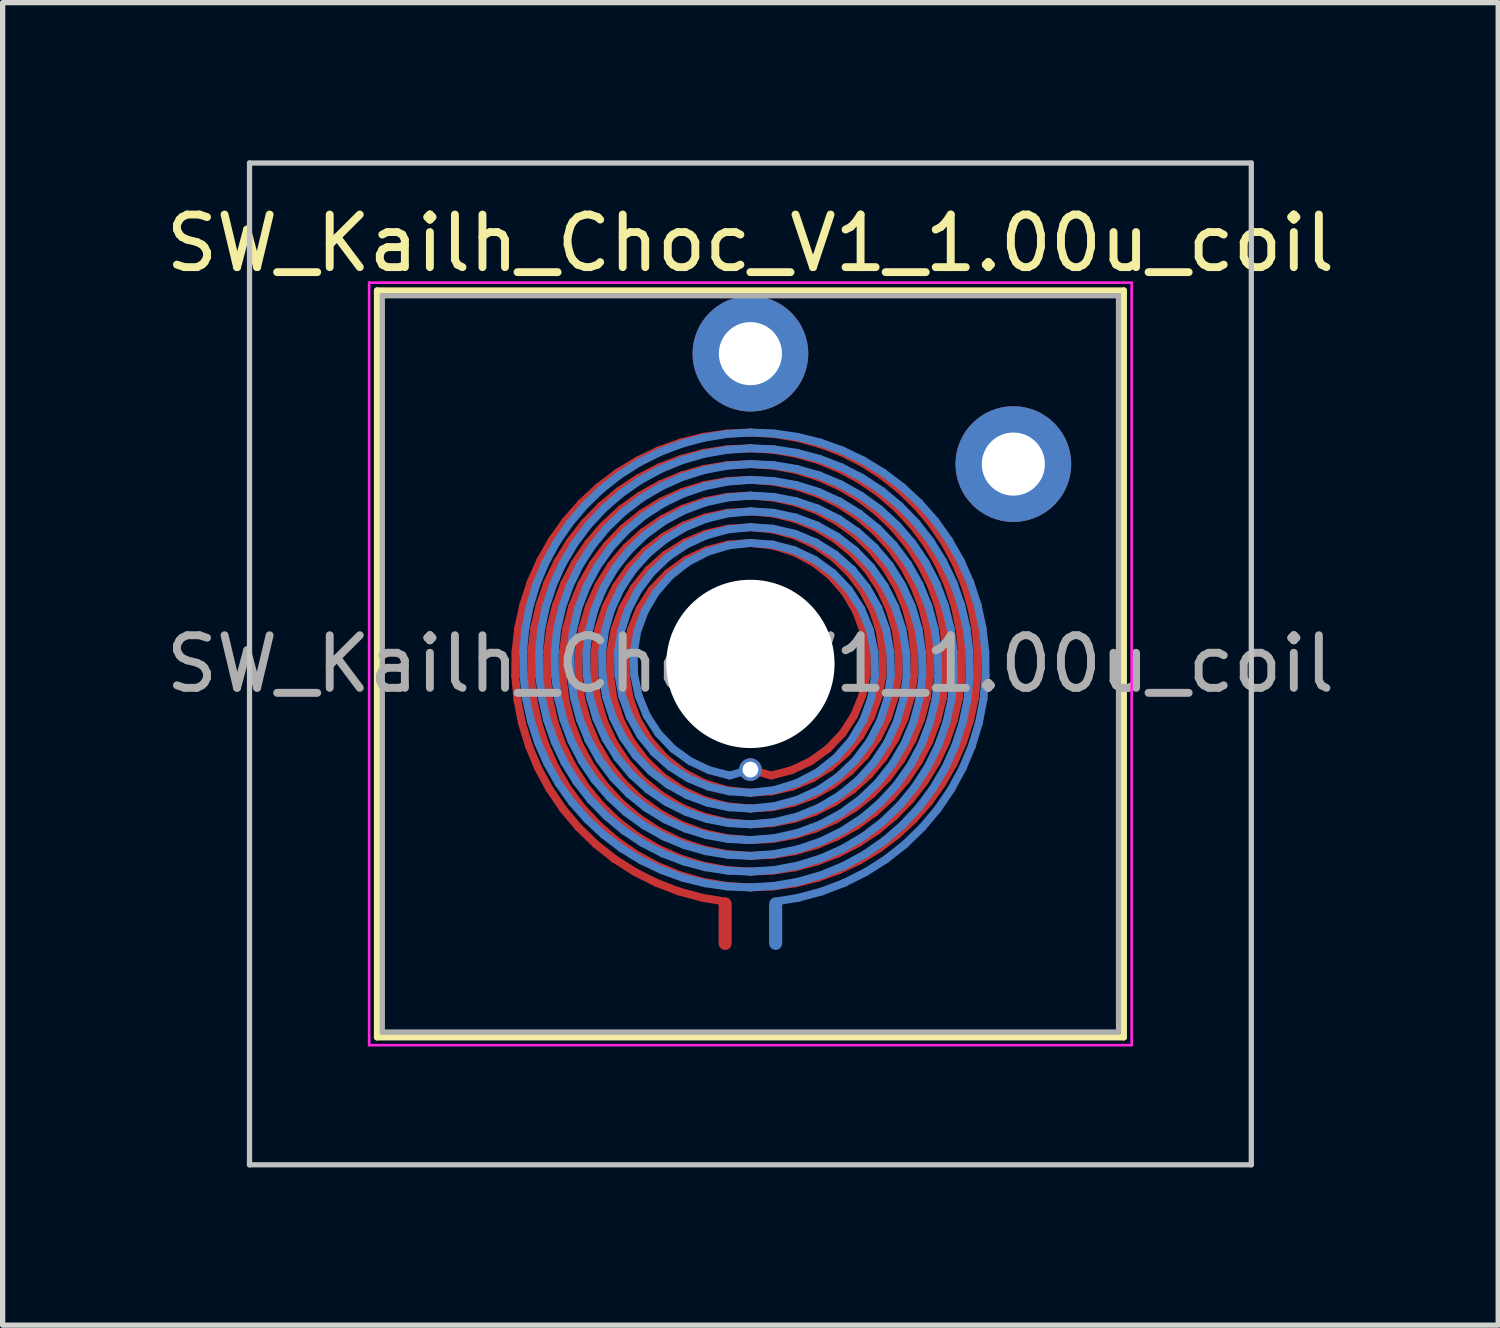
<source format=kicad_pcb>
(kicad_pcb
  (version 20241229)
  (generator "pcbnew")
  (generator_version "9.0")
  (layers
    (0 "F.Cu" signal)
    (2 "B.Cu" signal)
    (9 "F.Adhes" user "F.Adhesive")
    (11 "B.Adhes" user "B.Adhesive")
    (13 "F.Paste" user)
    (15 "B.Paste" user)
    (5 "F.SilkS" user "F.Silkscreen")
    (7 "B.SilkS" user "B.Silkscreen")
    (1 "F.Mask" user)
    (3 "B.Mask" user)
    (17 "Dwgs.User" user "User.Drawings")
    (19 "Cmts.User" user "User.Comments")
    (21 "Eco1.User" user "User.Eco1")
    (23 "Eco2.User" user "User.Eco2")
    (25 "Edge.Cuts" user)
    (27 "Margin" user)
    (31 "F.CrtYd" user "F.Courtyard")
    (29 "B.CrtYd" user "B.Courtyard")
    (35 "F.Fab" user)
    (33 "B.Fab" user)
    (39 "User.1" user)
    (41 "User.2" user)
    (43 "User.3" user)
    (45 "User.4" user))
  (footprint "SW_Kailh_Choc_V1_1.00u_coil"
    (layer "F.Cu")
    (at 11.22 9.575)
    (property "Reference" "SW_Kailh_Choc_V1_1.00u_coil" (at 0 -8 0) (layer "F.SilkS") (effects (font (size 1 1) (thickness 0.15))))
    (attr through_hole)
    (fp_line (start -4.472 0.227) (end -4.431 0.679) (stroke (width 0.15) (type solid)) (layer "F.Cu"))
    (fp_line (start -4.467 -0.227) (end -4.472 0.227) (stroke (width 0.15) (type solid)) (layer "F.Cu"))
    (fp_line (start -4.431 0.679) (end -4.344 1.125) (stroke (width 0.15) (type solid)) (layer "F.Cu"))
    (fp_line (start -4.416 -0.677) (end -4.467 -0.227) (stroke (width 0.15) (type solid)) (layer "F.Cu"))
    (fp_line (start -4.344 1.125) (end -4.212 1.56) (stroke (width 0.15) (type solid)) (layer "F.Cu"))
    (fp_line (start -4.32 -1.119) (end -4.416 -0.677) (stroke (width 0.15) (type solid)) (layer "F.Cu"))
    (fp_line (start -4.212 1.56) (end -4.037 1.98) (stroke (width 0.15) (type solid)) (layer "F.Cu"))
    (fp_line (start -4.181 -1.548) (end -4.32 -1.119) (stroke (width 0.15) (type solid)) (layer "F.Cu"))
    (fp_line (start -4.171 0.226) (end -4.128 0.677) (stroke (width 0.15) (type solid)) (layer "F.Cu"))
    (fp_line (start -4.166 -0.226) (end -4.171 0.226) (stroke (width 0.15) (type solid)) (layer "F.Cu"))
    (fp_line (start -4.128 0.677) (end -4.035 1.12) (stroke (width 0.15) (type solid)) (layer "F.Cu"))
    (fp_line (start -4.112 -0.674) (end -4.166 -0.226) (stroke (width 0.15) (type solid)) (layer "F.Cu"))
    (fp_line (start -4.037 1.98) (end -3.82 2.381) (stroke (width 0.15) (type solid)) (layer "F.Cu"))
    (fp_line (start -4.035 1.12) (end -3.895 1.552) (stroke (width 0.15) (type solid)) (layer "F.Cu"))
    (fp_line (start -4.01 -1.113) (end -4.112 -0.674) (stroke (width 0.15) (type solid)) (layer "F.Cu"))
    (fp_line (start -3.998 -1.961) (end -4.181 -1.548) (stroke (width 0.15) (type solid)) (layer "F.Cu"))
    (fp_line (start -3.895 1.552) (end -3.709 1.967) (stroke (width 0.15) (type solid)) (layer "F.Cu"))
    (fp_line (start -3.871 0.225) (end -3.824 0.674) (stroke (width 0.15) (type solid)) (layer "F.Cu"))
    (fp_line (start -3.866 -0.225) (end -3.871 0.225) (stroke (width 0.15) (type solid)) (layer "F.Cu"))
    (fp_line (start -3.862 -1.539) (end -4.01 -1.113) (stroke (width 0.15) (type solid)) (layer "F.Cu"))
    (fp_line (start -3.824 0.674) (end -3.726 1.115) (stroke (width 0.15) (type solid)) (layer "F.Cu"))
    (fp_line (start -3.82 2.381) (end -3.564 2.758) (stroke (width 0.15) (type solid)) (layer "F.Cu"))
    (fp_line (start -3.808 -0.671) (end -3.866 -0.225) (stroke (width 0.15) (type solid)) (layer "F.Cu"))
    (fp_line (start -3.775 -2.353) (end -3.998 -1.961) (stroke (width 0.15) (type solid)) (layer "F.Cu"))
    (fp_line (start -3.726 1.115) (end -3.576 1.543) (stroke (width 0.15) (type solid)) (layer "F.Cu"))
    (fp_line (start -3.709 1.967) (end -3.479 2.359) (stroke (width 0.15) (type solid)) (layer "F.Cu"))
    (fp_line (start -3.699 -1.107) (end -3.808 -0.671) (stroke (width 0.15) (type solid)) (layer "F.Cu"))
    (fp_line (start -3.668 -1.945) (end -3.862 -1.539) (stroke (width 0.15) (type solid)) (layer "F.Cu"))
    (fp_line (start -3.576 1.543) (end -3.377 1.95) (stroke (width 0.15) (type solid)) (layer "F.Cu"))
    (fp_line (start -3.571 0.225) (end -3.521 0.672) (stroke (width 0.15) (type solid)) (layer "F.Cu"))
    (fp_line (start -3.565 -0.224) (end -3.571 0.225) (stroke (width 0.15) (type solid)) (layer "F.Cu"))
    (fp_line (start -3.564 2.758) (end -3.27 3.108) (stroke (width 0.15) (type solid)) (layer "F.Cu"))
    (fp_line (start -3.54 -1.527) (end -3.699 -1.107) (stroke (width 0.15) (type solid)) (layer "F.Cu"))
    (fp_line (start -3.521 0.672) (end -3.414 1.109) (stroke (width 0.15) (type solid)) (layer "F.Cu"))
    (fp_line (start -3.514 -2.72) (end -3.775 -2.353) (stroke (width 0.15) (type solid)) (layer "F.Cu"))
    (fp_line (start -3.503 -0.668) (end -3.565 -0.224) (stroke (width 0.15) (type solid)) (layer "F.Cu"))
    (fp_line (start -3.479 2.359) (end -3.208 2.725) (stroke (width 0.15) (type solid)) (layer "F.Cu"))
    (fp_line (start -3.432 -2.327) (end -3.668 -1.945) (stroke (width 0.15) (type solid)) (layer "F.Cu"))
    (fp_line (start -3.414 1.109) (end -3.254 1.531) (stroke (width 0.15) (type solid)) (layer "F.Cu"))
    (fp_line (start -3.386 -1.1) (end -3.503 -0.668) (stroke (width 0.15) (type solid)) (layer "F.Cu"))
    (fp_line (start -3.377 1.95) (end -3.133 2.332) (stroke (width 0.15) (type solid)) (layer "F.Cu"))
    (fp_line (start -3.334 -1.925) (end -3.54 -1.527) (stroke (width 0.15) (type solid)) (layer "F.Cu"))
    (fp_line (start -3.271 0.224) (end -3.216 0.668) (stroke (width 0.15) (type solid)) (layer "F.Cu"))
    (fp_line (start -3.27 3.108) (end -2.942 3.427) (stroke (width 0.15) (type solid)) (layer "F.Cu"))
    (fp_line (start -3.264 -0.223) (end -3.271 0.224) (stroke (width 0.15) (type solid)) (layer "F.Cu"))
    (fp_line (start -3.254 1.531) (end -3.041 1.93) (stroke (width 0.15) (type solid)) (layer "F.Cu"))
    (fp_line (start -3.217 -3.058) (end -3.514 -2.72) (stroke (width 0.15) (type solid)) (layer "F.Cu"))
    (fp_line (start -3.216 0.668) (end -3.101 1.102) (stroke (width 0.15) (type solid)) (layer "F.Cu"))
    (fp_line (start -3.216 -1.513) (end -3.386 -1.1) (stroke (width 0.15) (type solid)) (layer "F.Cu"))
    (fp_line (start -3.208 2.725) (end -2.898 3.059) (stroke (width 0.15) (type solid)) (layer "F.Cu"))
    (fp_line (start -3.197 -0.664) (end -3.264 -0.223) (stroke (width 0.15) (type solid)) (layer "F.Cu"))
    (fp_line (start -3.156 -2.681) (end -3.432 -2.327) (stroke (width 0.15) (type solid)) (layer "F.Cu"))
    (fp_line (start -3.133 2.332) (end -2.845 2.684) (stroke (width 0.15) (type solid)) (layer "F.Cu"))
    (fp_line (start -3.101 1.102) (end -2.928 1.517) (stroke (width 0.15) (type solid)) (layer "F.Cu"))
    (fp_line (start -3.084 -2.296) (end -3.334 -1.925) (stroke (width 0.15) (type solid)) (layer "F.Cu"))
    (fp_line (start -3.071 -1.091) (end -3.197 -0.664) (stroke (width 0.15) (type solid)) (layer "F.Cu"))
    (fp_line (start -3.041 1.93) (end -2.78 2.3) (stroke (width 0.15) (type solid)) (layer "F.Cu"))
    (fp_line (start -2.996 -1.901) (end -3.216 -1.513) (stroke (width 0.15) (type solid)) (layer "F.Cu"))
    (fp_line (start -2.97 0.223) (end -2.911 0.664) (stroke (width 0.15) (type solid)) (layer "F.Cu"))
    (fp_line (start -2.963 -0.222) (end -2.97 0.223) (stroke (width 0.15) (type solid)) (layer "F.Cu"))
    (fp_line (start -2.942 3.427) (end -2.583 3.711) (stroke (width 0.15) (type solid)) (layer "F.Cu"))
    (fp_line (start -2.928 1.517) (end -2.7 1.906) (stroke (width 0.15) (type solid)) (layer "F.Cu"))
    (fp_line (start -2.911 0.664) (end -2.786 1.093) (stroke (width 0.15) (type solid)) (layer "F.Cu"))
    (fp_line (start -2.898 3.059) (end -2.553 3.359) (stroke (width 0.15) (type solid)) (layer "F.Cu"))
    (fp_line (start -2.89 -0.66) (end -2.963 -0.222) (stroke (width 0.15) (type solid)) (layer "F.Cu"))
    (fp_line (start -2.888 -3.364) (end -3.217 -3.058) (stroke (width 0.15) (type solid)) (layer "F.Cu"))
    (fp_line (start -2.888 -1.496) (end -3.071 -1.091) (stroke (width 0.15) (type solid)) (layer "F.Cu"))
    (fp_line (start -2.845 2.684) (end -2.518 3) (stroke (width 0.15) (type solid)) (layer "F.Cu"))
    (fp_line (start -2.844 -3.003) (end -3.156 -2.681) (stroke (width 0.15) (type solid)) (layer "F.Cu"))
    (fp_line (start -2.792 -2.634) (end -3.084 -2.296) (stroke (width 0.15) (type solid)) (layer "F.Cu"))
    (fp_line (start -2.786 1.093) (end -2.598 1.5) (stroke (width 0.15) (type solid)) (layer "F.Cu"))
    (fp_line (start -2.78 2.3) (end -2.474 2.634) (stroke (width 0.15) (type solid)) (layer "F.Cu"))
    (fp_line (start -2.753 -1.08) (end -2.89 -0.66) (stroke (width 0.15) (type solid)) (layer "F.Cu"))
    (fp_line (start -2.729 -2.258) (end -2.996 -1.901) (stroke (width 0.15) (type solid)) (layer "F.Cu"))
    (fp_line (start -2.7 1.906) (end -2.42 2.26) (stroke (width 0.15) (type solid)) (layer "F.Cu"))
    (fp_line (start -2.67 0.221) (end -2.605 0.66) (stroke (width 0.15) (type solid)) (layer "F.Cu"))
    (fp_line (start -2.662 -0.221) (end -2.67 0.221) (stroke (width 0.15) (type solid)) (layer "F.Cu"))
    (fp_line (start -2.652 -1.872) (end -2.888 -1.496) (stroke (width 0.15) (type solid)) (layer "F.Cu"))
    (fp_line (start -2.605 0.66) (end -2.468 1.082) (stroke (width 0.15) (type solid)) (layer "F.Cu"))
    (fp_line (start -2.598 1.5) (end -2.351 1.875) (stroke (width 0.15) (type solid)) (layer "F.Cu"))
    (fp_line (start -2.583 3.711) (end -2.196 3.957) (stroke (width 0.15) (type solid)) (layer "F.Cu"))
    (fp_line (start -2.582 -0.654) (end -2.662 -0.221) (stroke (width 0.15) (type solid)) (layer "F.Cu"))
    (fp_line (start -2.555 -1.475) (end -2.753 -1.08) (stroke (width 0.15) (type solid)) (layer "F.Cu"))
    (fp_line (start -2.553 3.359) (end -2.178 3.619) (stroke (width 0.15) (type solid)) (layer "F.Cu"))
    (fp_line (start -2.53 -3.635) (end -2.888 -3.364) (stroke (width 0.15) (type solid)) (layer "F.Cu"))
    (fp_line (start -2.518 3) (end -2.155 3.277) (stroke (width 0.15) (type solid)) (layer "F.Cu"))
    (fp_line (start -2.5 -3.289) (end -2.844 -3.003) (stroke (width 0.15) (type solid)) (layer "F.Cu"))
    (fp_line (start -2.474 2.634) (end -2.128 2.929) (stroke (width 0.15) (type solid)) (layer "F.Cu"))
    (fp_line (start -2.468 1.082) (end -2.263 1.478) (stroke (width 0.15) (type solid)) (layer "F.Cu"))
    (fp_line (start -2.464 -2.937) (end -2.792 -2.634) (stroke (width 0.15) (type solid)) (layer "F.Cu"))
    (fp_line (start -2.432 -1.067) (end -2.582 -0.654) (stroke (width 0.15) (type solid)) (layer "F.Cu"))
    (fp_line (start -2.421 -2.578) (end -2.729 -2.258) (stroke (width 0.15) (type solid)) (layer "F.Cu"))
    (fp_line (start -2.42 2.26) (end -2.094 2.573) (stroke (width 0.15) (type solid)) (layer "F.Cu"))
    (fp_line (start -2.369 0.22) (end -2.297 0.654) (stroke (width 0.15) (type solid)) (layer "F.Cu"))
    (fp_line (start -2.367 -2.211) (end -2.652 -1.872) (stroke (width 0.15) (type solid)) (layer "F.Cu"))
    (fp_line (start -2.36 -0.219) (end -2.369 0.22) (stroke (width 0.15) (type solid)) (layer "F.Cu"))
    (fp_line (start -2.351 1.875) (end -2.05 2.21) (stroke (width 0.15) (type solid)) (layer "F.Cu"))
    (fp_line (start -2.301 -1.835) (end -2.555 -1.475) (stroke (width 0.15) (type solid)) (layer "F.Cu"))
    (fp_line (start -2.297 0.654) (end -2.146 1.068) (stroke (width 0.15) (type solid)) (layer "F.Cu"))
    (fp_line (start -2.272 -0.646) (end -2.36 -0.219) (stroke (width 0.15) (type solid)) (layer "F.Cu"))
    (fp_line (start -2.263 1.478) (end -1.994 1.836) (stroke (width 0.15) (type solid)) (layer "F.Cu"))
    (fp_line (start -2.216 -1.448) (end -2.432 -1.067) (stroke (width 0.15) (type solid)) (layer "F.Cu"))
    (fp_line (start -2.196 3.957) (end -1.787 4.163) (stroke (width 0.15) (type solid)) (layer "F.Cu"))
    (fp_line (start -2.178 3.619) (end -1.776 3.838) (stroke (width 0.15) (type solid)) (layer "F.Cu"))
    (fp_line (start -2.155 3.277) (end -1.763 3.51) (stroke (width 0.15) (type solid)) (layer "F.Cu"))
    (fp_line (start -2.147 -3.868) (end -2.53 -3.635) (stroke (width 0.15) (type solid)) (layer "F.Cu"))
    (fp_line (start -2.146 1.068) (end -1.92 1.45) (stroke (width 0.15) (type solid)) (layer "F.Cu"))
    (fp_line (start -2.128 2.929) (end -1.747 3.177) (stroke (width 0.15) (type solid)) (layer "F.Cu"))
    (fp_line (start -2.127 -3.535) (end -2.5 -3.289) (stroke (width 0.15) (type solid)) (layer "F.Cu"))
    (fp_line (start -2.106 -1.049) (end -2.272 -0.646) (stroke (width 0.15) (type solid)) (layer "F.Cu"))
    (fp_line (start -2.103 -3.198) (end -2.464 -2.937) (stroke (width 0.15) (type solid)) (layer "F.Cu"))
    (fp_line (start -2.094 2.573) (end -1.727 2.84) (stroke (width 0.15) (type solid)) (layer "F.Cu"))
    (fp_line (start -2.075 -2.856) (end -2.421 -2.578) (stroke (width 0.15) (type solid)) (layer "F.Cu"))
    (fp_line (start -2.05 2.21) (end -1.702 2.496) (stroke (width 0.15) (type solid)) (layer "F.Cu"))
    (fp_line (start -2.04 -2.508) (end -2.367 -2.211) (stroke (width 0.15) (type solid)) (layer "F.Cu"))
    (fp_line (start -1.997 -2.152) (end -2.301 -1.835) (stroke (width 0.15) (type solid)) (layer "F.Cu"))
    (fp_line (start -1.994 1.836) (end -1.67 2.145) (stroke (width 0.15) (type solid)) (layer "F.Cu"))
    (fp_line (start -1.942 -1.788) (end -2.216 -1.448) (stroke (width 0.15) (type solid)) (layer "F.Cu"))
    (fp_line (start -1.92 1.45) (end -1.627 1.784) (stroke (width 0.15) (type solid)) (layer "F.Cu"))
    (fp_line (start -1.871 -1.413) (end -2.106 -1.049) (stroke (width 0.15) (type solid)) (layer "F.Cu"))
    (fp_line (start -1.787 4.163) (end -1.358 4.327) (stroke (width 0.15) (type solid)) (layer "F.Cu"))
    (fp_line (start -1.776 3.838) (end -1.352 4.013) (stroke (width 0.15) (type solid)) (layer "F.Cu"))
    (fp_line (start -1.763 3.51) (end -1.345 3.696) (stroke (width 0.15) (type solid)) (layer "F.Cu"))
    (fp_line (start -1.747 3.177) (end -1.337 3.377) (stroke (width 0.15) (type solid)) (layer "F.Cu"))
    (fp_line (start -1.743 -4.061) (end -2.147 -3.868) (stroke (width 0.15) (type solid)) (layer "F.Cu"))
    (fp_line (start -1.73 -3.74) (end -2.127 -3.535) (stroke (width 0.15) (type solid)) (layer "F.Cu"))
    (fp_line (start -1.727 2.84) (end -1.327 3.055) (stroke (width 0.15) (type solid)) (layer "F.Cu"))
    (fp_line (start -1.715 -3.416) (end -2.103 -3.198) (stroke (width 0.15) (type solid)) (layer "F.Cu"))
    (fp_line (start -1.702 2.496) (end -1.314 2.729) (stroke (width 0.15) (type solid)) (layer "F.Cu"))
    (fp_line (start -1.698 -3.088) (end -2.075 -2.856) (stroke (width 0.15) (type solid)) (layer "F.Cu"))
    (fp_line (start -1.676 -2.756) (end -2.04 -2.508) (stroke (width 0.15) (type solid)) (layer "F.Cu"))
    (fp_line (start -1.67 2.145) (end -1.298 2.398) (stroke (width 0.15) (type solid)) (layer "F.Cu"))
    (fp_line (start -1.65 -2.42) (end -1.997 -2.152) (stroke (width 0.15) (type solid)) (layer "F.Cu"))
    (fp_line (start -1.627 1.784) (end -1.276 2.061) (stroke (width 0.15) (type solid)) (layer "F.Cu"))
    (fp_line (start -1.616 -2.077) (end -1.942 -1.788) (stroke (width 0.15) (type solid)) (layer "F.Cu"))
    (fp_line (start -1.573 -1.726) (end -1.871 -1.413) (stroke (width 0.15) (type solid)) (layer "F.Cu"))
    (fp_line (start -1.358 4.327) (end -0.914 4.447) (stroke (width 0.15) (type solid)) (layer "F.Cu"))
    (fp_line (start -1.352 4.013) (end -0.911 4.141) (stroke (width 0.15) (type solid)) (layer "F.Cu"))
    (fp_line (start -1.345 3.696) (end -0.908 3.833) (stroke (width 0.15) (type solid)) (layer "F.Cu"))
    (fp_line (start -1.337 3.377) (end -0.905 3.524) (stroke (width 0.15) (type solid)) (layer "F.Cu"))
    (fp_line (start -1.327 3.055) (end -0.9 3.213) (stroke (width 0.15) (type solid)) (layer "F.Cu"))
    (fp_line (start -1.322 -4.212) (end -1.743 -4.061) (stroke (width 0.15) (type solid)) (layer "F.Cu"))
    (fp_line (start -1.314 -3.9) (end -1.73 -3.74) (stroke (width 0.15) (type solid)) (layer "F.Cu"))
    (fp_line (start -1.314 2.729) (end -0.895 2.901) (stroke (width 0.15) (type solid)) (layer "F.Cu"))
    (fp_line (start -1.305 -3.586) (end -1.715 -3.416) (stroke (width 0.15) (type solid)) (layer "F.Cu"))
    (fp_line (start -1.298 2.398) (end -0.888 2.586) (stroke (width 0.15) (type solid)) (layer "F.Cu"))
    (fp_line (start -1.295 -3.271) (end -1.698 -3.088) (stroke (width 0.15) (type solid)) (layer "F.Cu"))
    (fp_line (start -1.283 -2.953) (end -1.676 -2.756) (stroke (width 0.15) (type solid)) (layer "F.Cu"))
    (fp_line (start -1.276 2.061) (end -0.879 2.268) (stroke (width 0.15) (type solid)) (layer "F.Cu"))
    (fp_line (start -1.268 -2.632) (end -1.65 -2.42) (stroke (width 0.15) (type solid)) (layer "F.Cu"))
    (fp_line (start -1.249 -2.307) (end -1.616 -2.077) (stroke (width 0.15) (type solid)) (layer "F.Cu"))
    (fp_line (start -1.225 -1.978) (end -1.573 -1.726) (stroke (width 0.15) (type solid)) (layer "F.Cu"))
    (fp_line (start -0.914 4.447) (end -0.46 4.522) (stroke (width 0.15) (type solid)) (layer "F.Cu"))
    (fp_line (start -0.911 4.141) (end -0.459 4.22) (stroke (width 0.15) (type solid)) (layer "F.Cu"))
    (fp_line (start -0.908 3.833) (end -0.458 3.918) (stroke (width 0.15) (type solid)) (layer "F.Cu"))
    (fp_line (start -0.905 3.524) (end -0.457 3.615) (stroke (width 0.15) (type solid)) (layer "F.Cu"))
    (fp_line (start -0.9 3.213) (end -0.455 3.312) (stroke (width 0.15) (type solid)) (layer "F.Cu"))
    (fp_line (start -0.895 2.901) (end -0.454 3.009) (stroke (width 0.15) (type solid)) (layer "F.Cu"))
    (fp_line (start -0.888 2.586) (end -0.451 2.705) (stroke (width 0.15) (type solid)) (layer "F.Cu"))
    (fp_line (start -0.888 -4.319) (end -1.322 -4.212) (stroke (width 0.15) (type solid)) (layer "F.Cu"))
    (fp_line (start -0.884 -4.014) (end -1.314 -3.9) (stroke (width 0.15) (type solid)) (layer "F.Cu"))
    (fp_line (start -0.879 -3.708) (end -1.305 -3.586) (stroke (width 0.15) (type solid)) (layer "F.Cu"))
    (fp_line (start -0.879 2.268) (end -0.449 2.4) (stroke (width 0.15) (type solid)) (layer "F.Cu"))
    (fp_line (start -0.873 -3.402) (end -1.295 -3.271) (stroke (width 0.15) (type solid)) (layer "F.Cu"))
    (fp_line (start -0.867 -3.094) (end -1.283 -2.953) (stroke (width 0.15) (type solid)) (layer "F.Cu"))
    (fp_line (start -0.859 -2.785) (end -1.268 -2.632) (stroke (width 0.15) (type solid)) (layer "F.Cu"))
    (fp_line (start -0.849 -2.474) (end -1.249 -2.307) (stroke (width 0.15) (type solid)) (layer "F.Cu"))
    (fp_line (start -0.837 -2.161) (end -1.225 -1.978) (stroke (width 0.15) (type solid)) (layer "F.Cu"))
    (fp_line (start -0.459 4.22) (end 0 4.25) (stroke (width 0.15) (type solid)) (layer "F.Cu"))
    (fp_line (start -0.458 3.918) (end 0 3.95) (stroke (width 0.15) (type solid)) (layer "F.Cu"))
    (fp_line (start -0.457 3.615) (end 0 3.65) (stroke (width 0.15) (type solid)) (layer "F.Cu"))
    (fp_line (start -0.455 3.312) (end 0 3.35) (stroke (width 0.15) (type solid)) (layer "F.Cu"))
    (fp_line (start -0.454 3.009) (end 0 3.05) (stroke (width 0.15) (type solid)) (layer "F.Cu"))
    (fp_line (start -0.451 2.705) (end 0 2.75) (stroke (width 0.15) (type solid)) (layer "F.Cu"))
    (fp_line (start -0.449 2.4) (end 0 2.45) (stroke (width 0.15) (type solid)) (layer "F.Cu"))
    (fp_line (start -0.446 -4.382) (end -0.888 -4.319) (stroke (width 0.15) (type solid)) (layer "F.Cu"))
    (fp_line (start -0.444 -4.081) (end -0.884 -4.014) (stroke (width 0.15) (type solid)) (layer "F.Cu"))
    (fp_line (start -0.442 -3.78) (end -0.879 -3.708) (stroke (width 0.15) (type solid)) (layer "F.Cu"))
    (fp_line (start -0.439 -3.478) (end -0.873 -3.402) (stroke (width 0.15) (type solid)) (layer "F.Cu"))
    (fp_line (start -0.437 -3.177) (end -0.867 -3.094) (stroke (width 0.15) (type solid)) (layer "F.Cu"))
    (fp_line (start -0.433 -2.875) (end -0.859 -2.785) (stroke (width 0.15) (type solid)) (layer "F.Cu"))
    (fp_line (start -0.429 -2.572) (end -0.849 -2.474) (stroke (width 0.15) (type solid)) (layer "F.Cu"))
    (fp_line (start -0.424 -2.27) (end -0.837 -2.161) (stroke (width 0.15) (type solid)) (layer "F.Cu"))
    (fp_line (start 0 -4.4) (end -0.446 -4.382) (stroke (width 0.15) (type solid)) (layer "F.Cu"))
    (fp_line (start 0 -4.1) (end -0.444 -4.081) (stroke (width 0.15) (type solid)) (layer "F.Cu"))
    (fp_line (start 0 -3.8) (end -0.442 -3.78) (stroke (width 0.15) (type solid)) (layer "F.Cu"))
    (fp_line (start 0 -3.5) (end -0.439 -3.478) (stroke (width 0.15) (type solid)) (layer "F.Cu"))
    (fp_line (start 0 -3.2) (end -0.437 -3.177) (stroke (width 0.15) (type solid)) (layer "F.Cu"))
    (fp_line (start 0 -2.9) (end -0.433 -2.875) (stroke (width 0.15) (type solid)) (layer "F.Cu"))
    (fp_line (start 0 -2.6) (end -0.429 -2.572) (stroke (width 0.15) (type solid)) (layer "F.Cu"))
    (fp_line (start 0 -2.3) (end -0.424 -2.27) (stroke (width 0.15) (type solid)) (layer "F.Cu"))
    (fp_line (start 0 2.01) (end 0.397 2.122) (stroke (width 0.15) (type solid)) (layer "F.Cu"))
    (fp_line (start 0 2.45) (end 0.405 2.424) (stroke (width 0.15) (type solid)) (layer "F.Cu"))
    (fp_line (start 0 2.75) (end 0.411 2.726) (stroke (width 0.15) (type solid)) (layer "F.Cu"))
    (fp_line (start 0 3.05) (end 0.416 3.028) (stroke (width 0.15) (type solid)) (layer "F.Cu"))
    (fp_line (start 0 3.35) (end 0.421 3.33) (stroke (width 0.15) (type solid)) (layer "F.Cu"))
    (fp_line (start 0 3.65) (end 0.424 3.631) (stroke (width 0.15) (type solid)) (layer "F.Cu"))
    (fp_line (start 0 3.95) (end 0.428 3.932) (stroke (width 0.15) (type solid)) (layer "F.Cu"))
    (fp_line (start 0 4.25) (end 0.43 4.233) (stroke (width 0.15) (type solid)) (layer "F.Cu"))
    (fp_line (start 0.397 2.122) (end 0.783 2.021) (stroke (width 0.15) (type solid)) (layer "F.Cu"))
    (fp_line (start 0.405 2.424) (end 0.801 2.332) (stroke (width 0.15) (type solid)) (layer "F.Cu"))
    (fp_line (start 0.411 2.726) (end 0.815 2.641) (stroke (width 0.15) (type solid)) (layer "F.Cu"))
    (fp_line (start 0.416 3.028) (end 0.826 2.949) (stroke (width 0.15) (type solid)) (layer "F.Cu"))
    (fp_line (start 0.421 3.33) (end 0.836 3.256) (stroke (width 0.15) (type solid)) (layer "F.Cu"))
    (fp_line (start 0.421 -2.252) (end 0 -2.3) (stroke (width 0.15) (type solid)) (layer "F.Cu"))
    (fp_line (start 0.424 3.631) (end 0.844 3.562) (stroke (width 0.15) (type solid)) (layer "F.Cu"))
    (fp_line (start 0.427 -2.557) (end 0 -2.6) (stroke (width 0.15) (type solid)) (layer "F.Cu"))
    (fp_line (start 0.428 3.932) (end 0.851 3.868) (stroke (width 0.15) (type solid)) (layer "F.Cu"))
    (fp_line (start 0.43 4.233) (end 0.857 4.172) (stroke (width 0.15) (type solid)) (layer "F.Cu"))
    (fp_line (start 0.431 -2.861) (end 0 -2.9) (stroke (width 0.15) (type solid)) (layer "F.Cu"))
    (fp_line (start 0.435 -3.164) (end 0 -3.2) (stroke (width 0.15) (type solid)) (layer "F.Cu"))
    (fp_line (start 0.438 -3.466) (end 0 -3.5) (stroke (width 0.15) (type solid)) (layer "F.Cu"))
    (fp_line (start 0.441 -3.769) (end 0 -3.8) (stroke (width 0.15) (type solid)) (layer "F.Cu"))
    (fp_line (start 0.443 -4.071) (end 0 -4.1) (stroke (width 0.15) (type solid)) (layer "F.Cu"))
    (fp_line (start 0.445 -4.373) (end 0 -4.4) (stroke (width 0.15) (type solid)) (layer "F.Cu"))
    (fp_line (start 0.783 2.021) (end 1.146 1.85) (stroke (width 0.15) (type solid)) (layer "F.Cu"))
    (fp_line (start 0.801 2.332) (end 1.177 2.176) (stroke (width 0.15) (type solid)) (layer "F.Cu"))
    (fp_line (start 0.815 2.641) (end 1.202 2.497) (stroke (width 0.15) (type solid)) (layer "F.Cu"))
    (fp_line (start 0.824 -2.128) (end 0.421 -2.252) (stroke (width 0.15) (type solid)) (layer "F.Cu"))
    (fp_line (start 0.826 2.949) (end 1.223 2.815) (stroke (width 0.15) (type solid)) (layer "F.Cu"))
    (fp_line (start 0.836 3.256) (end 1.24 3.131) (stroke (width 0.15) (type solid)) (layer "F.Cu"))
    (fp_line (start 0.839 -2.444) (end 0.427 -2.557) (stroke (width 0.15) (type solid)) (layer "F.Cu"))
    (fp_line (start 0.844 3.562) (end 1.254 3.446) (stroke (width 0.15) (type solid)) (layer "F.Cu"))
    (fp_line (start 0.851 -2.758) (end 0.431 -2.861) (stroke (width 0.15) (type solid)) (layer "F.Cu"))
    (fp_line (start 0.851 3.868) (end 1.266 3.758) (stroke (width 0.15) (type solid)) (layer "F.Cu"))
    (fp_line (start 0.857 4.172) (end 1.277 4.069) (stroke (width 0.15) (type solid)) (layer "F.Cu"))
    (fp_line (start 0.86 -3.069) (end 0.435 -3.164) (stroke (width 0.15) (type solid)) (layer "F.Cu"))
    (fp_line (start 0.867 -3.378) (end 0.438 -3.466) (stroke (width 0.15) (type solid)) (layer "F.Cu"))
    (fp_line (start 0.874 -3.687) (end 0.441 -3.769) (stroke (width 0.15) (type solid)) (layer "F.Cu"))
    (fp_line (start 0.879 -3.994) (end 0.443 -4.071) (stroke (width 0.15) (type solid)) (layer "F.Cu"))
    (fp_line (start 0.884 -4.3) (end 0.445 -4.373) (stroke (width 0.15) (type solid)) (layer "F.Cu"))
    (fp_line (start 1.146 1.85) (end 1.472 1.615) (stroke (width 0.15) (type solid)) (layer "F.Cu"))
    (fp_line (start 1.177 2.176) (end 1.524 1.958) (stroke (width 0.15) (type solid)) (layer "F.Cu"))
    (fp_line (start 1.197 -1.933) (end 0.824 -2.128) (stroke (width 0.15) (type solid)) (layer "F.Cu"))
    (fp_line (start 1.202 2.497) (end 1.565 2.296) (stroke (width 0.15) (type solid)) (layer "F.Cu"))
    (fp_line (start 1.223 2.815) (end 1.598 2.628) (stroke (width 0.15) (type solid)) (layer "F.Cu"))
    (fp_line (start 1.226 -2.266) (end 0.839 -2.444) (stroke (width 0.15) (type solid)) (layer "F.Cu"))
    (fp_line (start 1.24 3.131) (end 1.625 2.957) (stroke (width 0.15) (type solid)) (layer "F.Cu"))
    (fp_line (start 1.249 -2.594) (end 0.851 -2.758) (stroke (width 0.15) (type solid)) (layer "F.Cu"))
    (fp_line (start 1.254 3.446) (end 1.648 3.282) (stroke (width 0.15) (type solid)) (layer "F.Cu"))
    (fp_line (start 1.266 3.758) (end 1.667 3.604) (stroke (width 0.15) (type solid)) (layer "F.Cu"))
    (fp_line (start 1.267 -2.917) (end 0.86 -3.069) (stroke (width 0.15) (type solid)) (layer "F.Cu"))
    (fp_line (start 1.277 4.069) (end 1.684 3.923) (stroke (width 0.15) (type solid)) (layer "F.Cu"))
    (fp_line (start 1.282 -3.237) (end 0.867 -3.378) (stroke (width 0.15) (type solid)) (layer "F.Cu"))
    (fp_line (start 1.294 -3.555) (end 0.874 -3.687) (stroke (width 0.15) (type solid)) (layer "F.Cu"))
    (fp_line (start 1.304 -3.871) (end 0.879 -3.994) (stroke (width 0.15) (type solid)) (layer "F.Cu"))
    (fp_line (start 1.313 -4.184) (end 0.884 -4.3) (stroke (width 0.15) (type solid)) (layer "F.Cu"))
    (fp_line (start 1.472 1.615) (end 1.751 1.322) (stroke (width 0.15) (type solid)) (layer "F.Cu"))
    (fp_line (start 1.524 1.958) (end 1.832 1.686) (stroke (width 0.15) (type solid)) (layer "F.Cu"))
    (fp_line (start 1.526 -1.674) (end 1.197 -1.933) (stroke (width 0.15) (type solid)) (layer "F.Cu"))
    (fp_line (start 1.565 2.296) (end 1.895 2.042) (stroke (width 0.15) (type solid)) (layer "F.Cu"))
    (fp_line (start 1.578 -2.027) (end 1.226 -2.266) (stroke (width 0.15) (type solid)) (layer "F.Cu"))
    (fp_line (start 1.598 2.628) (end 1.945 2.391) (stroke (width 0.15) (type solid)) (layer "F.Cu"))
    (fp_line (start 1.618 -2.372) (end 1.249 -2.594) (stroke (width 0.15) (type solid)) (layer "F.Cu"))
    (fp_line (start 1.625 2.957) (end 1.987 2.734) (stroke (width 0.15) (type solid)) (layer "F.Cu"))
    (fp_line (start 1.648 3.282) (end 2.021 3.073) (stroke (width 0.15) (type solid)) (layer "F.Cu"))
    (fp_line (start 1.649 -2.712) (end 1.267 -2.917) (stroke (width 0.15) (type solid)) (layer "F.Cu"))
    (fp_line (start 1.667 3.604) (end 2.05 3.407) (stroke (width 0.15) (type solid)) (layer "F.Cu"))
    (fp_line (start 1.675 -3.046) (end 1.282 -3.237) (stroke (width 0.15) (type solid)) (layer "F.Cu"))
    (fp_line (start 1.684 3.923) (end 2.074 3.737) (stroke (width 0.15) (type solid)) (layer "F.Cu"))
    (fp_line (start 1.695 -3.376) (end 1.294 -3.555) (stroke (width 0.15) (type solid)) (layer "F.Cu"))
    (fp_line (start 1.713 -3.702) (end 1.304 -3.871) (stroke (width 0.15) (type solid)) (layer "F.Cu"))
    (fp_line (start 1.728 -4.026) (end 1.313 -4.184) (stroke (width 0.15) (type solid)) (layer "F.Cu"))
    (fp_line (start 1.751 1.322) (end 1.972 0.982) (stroke (width 0.15) (type solid)) (layer "F.Cu"))
    (fp_line (start 1.8 -1.359) (end 1.526 -1.674) (stroke (width 0.15) (type solid)) (layer "F.Cu"))
    (fp_line (start 1.832 1.686) (end 2.091 1.366) (stroke (width 0.15) (type solid)) (layer "F.Cu"))
    (fp_line (start 1.884 -1.734) (end 1.578 -2.027) (stroke (width 0.15) (type solid)) (layer "F.Cu"))
    (fp_line (start 1.895 2.042) (end 2.184 1.741) (stroke (width 0.15) (type solid)) (layer "F.Cu"))
    (fp_line (start 1.945 2.391) (end 2.258 2.108) (stroke (width 0.15) (type solid)) (layer "F.Cu"))
    (fp_line (start 1.948 -2.1) (end 1.618 -2.372) (stroke (width 0.15) (type solid)) (layer "F.Cu"))
    (fp_line (start 1.972 0.982) (end 2.127 0.605) (stroke (width 0.15) (type solid)) (layer "F.Cu"))
    (fp_line (start 1.987 2.734) (end 2.318 2.468) (stroke (width 0.15) (type solid)) (layer "F.Cu"))
    (fp_line (start 1.999 -2.457) (end 1.649 -2.712) (stroke (width 0.15) (type solid)) (layer "F.Cu"))
    (fp_line (start 2.011 -1.002) (end 1.8 -1.359) (stroke (width 0.15) (type solid)) (layer "F.Cu"))
    (fp_line (start 2.021 3.073) (end 2.368 2.822) (stroke (width 0.15) (type solid)) (layer "F.Cu"))
    (fp_line (start 2.04 -2.807) (end 1.675 -3.046) (stroke (width 0.15) (type solid)) (layer "F.Cu"))
    (fp_line (start 2.05 3.407) (end 2.409 3.169) (stroke (width 0.15) (type solid)) (layer "F.Cu"))
    (fp_line (start 2.073 -3.152) (end 1.695 -3.376) (stroke (width 0.15) (type solid)) (layer "F.Cu"))
    (fp_line (start 2.074 3.737) (end 2.444 3.512) (stroke (width 0.15) (type solid)) (layer "F.Cu"))
    (fp_line (start 2.091 1.366) (end 2.294 1.006) (stroke (width 0.15) (type solid)) (layer "F.Cu"))
    (fp_line (start 2.1 -3.491) (end 1.713 -3.702) (stroke (width 0.15) (type solid)) (layer "F.Cu"))
    (fp_line (start 2.124 -3.826) (end 1.728 -4.026) (stroke (width 0.15) (type solid)) (layer "F.Cu"))
    (fp_line (start 2.127 0.605) (end 2.211 0.205) (stroke (width 0.15) (type solid)) (layer "F.Cu"))
    (fp_line (start 2.137 -1.396) (end 1.884 -1.734) (stroke (width 0.15) (type solid)) (layer "F.Cu"))
    (fp_line (start 2.153 -0.613) (end 2.011 -1.002) (stroke (width 0.15) (type solid)) (layer "F.Cu"))
    (fp_line (start 2.184 1.741) (end 2.425 1.4) (stroke (width 0.15) (type solid)) (layer "F.Cu"))
    (fp_line (start 2.211 0.205) (end 2.22 -0.206) (stroke (width 0.15) (type solid)) (layer "F.Cu"))
    (fp_line (start 2.22 -0.206) (end 2.153 -0.613) (stroke (width 0.15) (type solid)) (layer "F.Cu"))
    (fp_line (start 2.234 -1.781) (end 1.948 -2.1) (stroke (width 0.15) (type solid)) (layer "F.Cu"))
    (fp_line (start 2.258 2.108) (end 2.529 1.785) (stroke (width 0.15) (type solid)) (layer "F.Cu"))
    (fp_line (start 2.294 1.006) (end 2.436 0.617) (stroke (width 0.15) (type solid)) (layer "F.Cu"))
    (fp_line (start 2.31 -2.157) (end 1.999 -2.457) (stroke (width 0.15) (type solid)) (layer "F.Cu"))
    (fp_line (start 2.318 2.468) (end 2.614 2.162) (stroke (width 0.15) (type solid)) (layer "F.Cu"))
    (fp_line (start 2.33 -1.022) (end 2.137 -1.396) (stroke (width 0.15) (type solid)) (layer "F.Cu"))
    (fp_line (start 2.368 2.822) (end 2.683 2.531) (stroke (width 0.15) (type solid)) (layer "F.Cu"))
    (fp_line (start 2.371 -2.525) (end 2.04 -2.807) (stroke (width 0.15) (type solid)) (layer "F.Cu"))
    (fp_line (start 2.409 3.169) (end 2.741 2.894) (stroke (width 0.15) (type solid)) (layer "F.Cu"))
    (fp_line (start 2.421 -2.885) (end 2.073 -3.152) (stroke (width 0.15) (type solid)) (layer "F.Cu"))
    (fp_line (start 2.425 1.4) (end 2.613 1.026) (stroke (width 0.15) (type solid)) (layer "F.Cu"))
    (fp_line (start 2.436 0.617) (end 2.512 0.208) (stroke (width 0.15) (type solid)) (layer "F.Cu"))
    (fp_line (start 2.444 3.512) (end 2.79 3.25) (stroke (width 0.15) (type solid)) (layer "F.Cu"))
    (fp_line (start 2.459 -0.623) (end 2.33 -1.022) (stroke (width 0.15) (type solid)) (layer "F.Cu"))
    (fp_line (start 2.462 -3.239) (end 2.1 -3.491) (stroke (width 0.15) (type solid)) (layer "F.Cu"))
    (fp_line (start 2.468 -1.425) (end 2.234 -1.781) (stroke (width 0.15) (type solid)) (layer "F.Cu"))
    (fp_line (start 2.497 -3.588) (end 2.124 -3.826) (stroke (width 0.15) (type solid)) (layer "F.Cu"))
    (fp_line (start 2.512 0.208) (end 2.52 -0.209) (stroke (width 0.15) (type solid)) (layer "F.Cu"))
    (fp_line (start 2.52 -0.209) (end 2.459 -0.623) (stroke (width 0.15) (type solid)) (layer "F.Cu"))
    (fp_line (start 2.529 1.785) (end 2.754 1.427) (stroke (width 0.15) (type solid)) (layer "F.Cu"))
    (fp_line (start 2.577 -1.819) (end 2.31 -2.157) (stroke (width 0.15) (type solid)) (layer "F.Cu"))
    (fp_line (start 2.613 1.026) (end 2.744 0.626) (stroke (width 0.15) (type solid)) (layer "F.Cu"))
    (fp_line (start 2.614 2.162) (end 2.869 1.821) (stroke (width 0.15) (type solid)) (layer "F.Cu"))
    (fp_line (start 2.646 -1.039) (end 2.468 -1.425) (stroke (width 0.15) (type solid)) (layer "F.Cu"))
    (fp_line (start 2.664 -2.204) (end 2.371 -2.525) (stroke (width 0.15) (type solid)) (layer "F.Cu"))
    (fp_line (start 2.683 2.531) (end 2.963 2.206) (stroke (width 0.15) (type solid)) (layer "F.Cu"))
    (fp_line (start 2.736 -2.581) (end 2.421 -2.885) (stroke (width 0.15) (type solid)) (layer "F.Cu"))
    (fp_line (start 2.741 2.894) (end 3.042 2.584) (stroke (width 0.15) (type solid)) (layer "F.Cu"))
    (fp_line (start 2.744 0.626) (end 2.814 0.211) (stroke (width 0.15) (type solid)) (layer "F.Cu"))
    (fp_line (start 2.754 1.427) (end 2.929 1.041) (stroke (width 0.15) (type solid)) (layer "F.Cu"))
    (fp_line (start 2.765 -0.631) (end 2.646 -1.039) (stroke (width 0.15) (type solid)) (layer "F.Cu"))
    (fp_line (start 2.79 3.25) (end 3.108 2.955) (stroke (width 0.15) (type solid)) (layer "F.Cu"))
    (fp_line (start 2.795 -2.95) (end 2.462 -3.239) (stroke (width 0.15) (type solid)) (layer "F.Cu"))
    (fp_line (start 2.795 -1.448) (end 2.577 -1.819) (stroke (width 0.15) (type solid)) (layer "F.Cu"))
    (fp_line (start 2.814 0.211) (end 2.821 -0.211) (stroke (width 0.15) (type solid)) (layer "F.Cu"))
    (fp_line (start 2.821 -0.211) (end 2.765 -0.631) (stroke (width 0.15) (type solid)) (layer "F.Cu"))
    (fp_line (start 2.844 -3.313) (end 2.497 -3.588) (stroke (width 0.15) (type solid)) (layer "F.Cu"))
    (fp_line (start 2.869 1.821) (end 3.08 1.449) (stroke (width 0.15) (type solid)) (layer "F.Cu"))
    (fp_line (start 2.915 -1.85) (end 2.664 -2.204) (stroke (width 0.15) (type solid)) (layer "F.Cu"))
    (fp_line (start 2.929 1.041) (end 3.05 0.634) (stroke (width 0.15) (type solid)) (layer "F.Cu"))
    (fp_line (start 2.96 -1.052) (end 2.795 -1.448) (stroke (width 0.15) (type solid)) (layer "F.Cu"))
    (fp_line (start 2.963 2.206) (end 3.204 1.85) (stroke (width 0.15) (type solid)) (layer "F.Cu"))
    (fp_line (start 3.012 -2.243) (end 2.736 -2.581) (stroke (width 0.15) (type solid)) (layer "F.Cu"))
    (fp_line (start 3.042 2.584) (end 3.308 2.243) (stroke (width 0.15) (type solid)) (layer "F.Cu"))
    (fp_line (start 3.05 0.634) (end 3.114 0.213) (stroke (width 0.15) (type solid)) (layer "F.Cu"))
    (fp_line (start 3.069 -0.638) (end 2.96 -1.052) (stroke (width 0.15) (type solid)) (layer "F.Cu"))
    (fp_line (start 3.08 1.449) (end 3.243 1.054) (stroke (width 0.15) (type solid)) (layer "F.Cu"))
    (fp_line (start 3.093 -2.627) (end 2.795 -2.95) (stroke (width 0.15) (type solid)) (layer "F.Cu"))
    (fp_line (start 3.108 2.955) (end 3.395 2.628) (stroke (width 0.15) (type solid)) (layer "F.Cu"))
    (fp_line (start 3.114 0.213) (end 3.121 -0.213) (stroke (width 0.15) (type solid)) (layer "F.Cu"))
    (fp_line (start 3.118 -1.467) (end 2.915 -1.85) (stroke (width 0.15) (type solid)) (layer "F.Cu"))
    (fp_line (start 3.121 -0.213) (end 3.069 -0.638) (stroke (width 0.15) (type solid)) (layer "F.Cu"))
    (fp_line (start 3.161 -3.005) (end 2.844 -3.313) (stroke (width 0.15) (type solid)) (layer "F.Cu"))
    (fp_line (start 3.204 1.85) (end 3.403 1.468) (stroke (width 0.15) (type solid)) (layer "F.Cu"))
    (fp_line (start 3.243 1.054) (end 3.355 0.64) (stroke (width 0.15) (type solid)) (layer "F.Cu"))
    (fp_line (start 3.248 -1.875) (end 3.012 -2.243) (stroke (width 0.15) (type solid)) (layer "F.Cu"))
    (fp_line (start 3.272 -1.063) (end 3.118 -1.467) (stroke (width 0.15) (type solid)) (layer "F.Cu"))
    (fp_line (start 3.308 2.243) (end 3.536 1.874) (stroke (width 0.15) (type solid)) (layer "F.Cu"))
    (fp_line (start 3.355 -2.275) (end 3.093 -2.627) (stroke (width 0.15) (type solid)) (layer "F.Cu"))
    (fp_line (start 3.355 0.64) (end 3.415 0.215) (stroke (width 0.15) (type solid)) (layer "F.Cu"))
    (fp_line (start 3.373 -0.643) (end 3.272 -1.063) (stroke (width 0.15) (type solid)) (layer "F.Cu"))
    (fp_line (start 3.395 2.628) (end 3.648 2.274) (stroke (width 0.15) (type solid)) (layer "F.Cu"))
    (fp_line (start 3.403 1.468) (end 3.555 1.064) (stroke (width 0.15) (type solid)) (layer "F.Cu"))
    (fp_line (start 3.415 0.215) (end 3.421 -0.215) (stroke (width 0.15) (type solid)) (layer "F.Cu"))
    (fp_line (start 3.421 -0.215) (end 3.373 -0.643) (stroke (width 0.15) (type solid)) (layer "F.Cu"))
    (fp_line (start 3.438 -1.483) (end 3.248 -1.875) (stroke (width 0.15) (type solid)) (layer "F.Cu"))
    (fp_line (start 3.445 -2.667) (end 3.161 -3.005) (stroke (width 0.15) (type solid)) (layer "F.Cu"))
    (fp_line (start 3.536 1.874) (end 3.722 1.483) (stroke (width 0.15) (type solid)) (layer "F.Cu"))
    (fp_line (start 3.555 1.064) (end 3.66 0.645) (stroke (width 0.15) (type solid)) (layer "F.Cu"))
    (fp_line (start 3.577 -1.896) (end 3.355 -2.275) (stroke (width 0.15) (type solid)) (layer "F.Cu"))
    (fp_line (start 3.582 -1.072) (end 3.438 -1.483) (stroke (width 0.15) (type solid)) (layer "F.Cu"))
    (fp_line (start 3.648 2.274) (end 3.863 1.895) (stroke (width 0.15) (type solid)) (layer "F.Cu"))
    (fp_line (start 3.66 0.645) (end 3.716 0.216) (stroke (width 0.15) (type solid)) (layer "F.Cu"))
    (fp_line (start 3.677 -0.648) (end 3.582 -1.072) (stroke (width 0.15) (type solid)) (layer "F.Cu"))
    (fp_line (start 3.693 -2.302) (end 3.445 -2.667) (stroke (width 0.15) (type solid)) (layer "F.Cu"))
    (fp_line (start 3.716 0.216) (end 3.721 -0.217) (stroke (width 0.15) (type solid)) (layer "F.Cu"))
    (fp_line (start 3.721 -0.217) (end 3.677 -0.648) (stroke (width 0.15) (type solid)) (layer "F.Cu"))
    (fp_line (start 3.722 1.483) (end 3.866 1.073) (stroke (width 0.15) (type solid)) (layer "F.Cu"))
    (fp_line (start 3.756 -1.497) (end 3.577 -1.896) (stroke (width 0.15) (type solid)) (layer "F.Cu"))
    (fp_line (start 3.863 1.895) (end 4.04 1.496) (stroke (width 0.15) (type solid)) (layer "F.Cu"))
    (fp_line (start 3.866 1.073) (end 3.964 0.65) (stroke (width 0.15) (type solid)) (layer "F.Cu"))
    (fp_line (start 3.891 -1.08) (end 3.756 -1.497) (stroke (width 0.15) (type solid)) (layer "F.Cu"))
    (fp_line (start 3.903 -1.914) (end 3.693 -2.302) (stroke (width 0.15) (type solid)) (layer "F.Cu"))
    (fp_line (start 3.964 0.65) (end 4.017 0.218) (stroke (width 0.15) (type solid)) (layer "F.Cu"))
    (fp_line (start 3.98 -0.652) (end 3.891 -1.08) (stroke (width 0.15) (type solid)) (layer "F.Cu"))
    (fp_line (start 4.017 0.218) (end 4.022 -0.218) (stroke (width 0.15) (type solid)) (layer "F.Cu"))
    (fp_line (start 4.022 -0.218) (end 3.98 -0.652) (stroke (width 0.15) (type solid)) (layer "F.Cu"))
    (fp_line (start 4.04 1.496) (end 4.175 1.081) (stroke (width 0.15) (type solid)) (layer "F.Cu"))
    (fp_line (start 4.072 -1.508) (end 3.903 -1.914) (stroke (width 0.15) (type solid)) (layer "F.Cu"))
    (fp_line (start 4.175 1.081) (end 4.268 0.654) (stroke (width 0.15) (type solid)) (layer "F.Cu"))
    (fp_line (start 4.199 -1.087) (end 4.072 -1.508) (stroke (width 0.15) (type solid)) (layer "F.Cu"))
    (fp_line (start 4.268 0.654) (end 4.317 0.219) (stroke (width 0.15) (type solid)) (layer "F.Cu"))
    (fp_line (start 4.282 -0.656) (end 4.199 -1.087) (stroke (width 0.15) (type solid)) (layer "F.Cu"))
    (fp_line (start 4.317 0.219) (end 4.322 -0.219) (stroke (width 0.15) (type solid)) (layer "F.Cu"))
    (fp_line (start 4.322 -0.219) (end 4.282 -0.656) (stroke (width 0.15) (type solid)) (layer "F.Cu"))
    (fp_line (start -4.322 -0.219) (end -4.282 -0.656) (stroke (width 0.15) (type solid)) (layer "B.Cu"))
    (fp_line (start -4.317 0.219) (end -4.322 -0.219) (stroke (width 0.15) (type solid)) (layer "B.Cu"))
    (fp_line (start -4.282 -0.656) (end -4.199 -1.087) (stroke (width 0.15) (type solid)) (layer "B.Cu"))
    (fp_line (start -4.268 0.654) (end -4.317 0.219) (stroke (width 0.15) (type solid)) (layer "B.Cu"))
    (fp_line (start -4.199 -1.087) (end -4.072 -1.508) (stroke (width 0.15) (type solid)) (layer "B.Cu"))
    (fp_line (start -4.175 1.081) (end -4.268 0.654) (stroke (width 0.15) (type solid)) (layer "B.Cu"))
    (fp_line (start -4.072 -1.508) (end -3.903 -1.914) (stroke (width 0.15) (type solid)) (layer "B.Cu"))
    (fp_line (start -4.04 1.496) (end -4.175 1.081) (stroke (width 0.15) (type solid)) (layer "B.Cu"))
    (fp_line (start -4.022 -0.218) (end -3.98 -0.652) (stroke (width 0.15) (type solid)) (layer "B.Cu"))
    (fp_line (start -4.017 0.218) (end -4.022 -0.218) (stroke (width 0.15) (type solid)) (layer "B.Cu"))
    (fp_line (start -3.98 -0.652) (end -3.891 -1.08) (stroke (width 0.15) (type solid)) (layer "B.Cu"))
    (fp_line (start -3.964 0.65) (end -4.017 0.218) (stroke (width 0.15) (type solid)) (layer "B.Cu"))
    (fp_line (start -3.903 -1.914) (end -3.693 -2.302) (stroke (width 0.15) (type solid)) (layer "B.Cu"))
    (fp_line (start -3.891 -1.08) (end -3.756 -1.497) (stroke (width 0.15) (type solid)) (layer "B.Cu"))
    (fp_line (start -3.866 1.073) (end -3.964 0.65) (stroke (width 0.15) (type solid)) (layer "B.Cu"))
    (fp_line (start -3.863 1.895) (end -4.04 1.496) (stroke (width 0.15) (type solid)) (layer "B.Cu"))
    (fp_line (start -3.756 -1.497) (end -3.577 -1.896) (stroke (width 0.15) (type solid)) (layer "B.Cu"))
    (fp_line (start -3.722 1.483) (end -3.866 1.073) (stroke (width 0.15) (type solid)) (layer "B.Cu"))
    (fp_line (start -3.721 -0.217) (end -3.677 -0.648) (stroke (width 0.15) (type solid)) (layer "B.Cu"))
    (fp_line (start -3.716 0.216) (end -3.721 -0.217) (stroke (width 0.15) (type solid)) (layer "B.Cu"))
    (fp_line (start -3.693 -2.302) (end -3.445 -2.667) (stroke (width 0.15) (type solid)) (layer "B.Cu"))
    (fp_line (start -3.677 -0.648) (end -3.582 -1.072) (stroke (width 0.15) (type solid)) (layer "B.Cu"))
    (fp_line (start -3.66 0.645) (end -3.716 0.216) (stroke (width 0.15) (type solid)) (layer "B.Cu"))
    (fp_line (start -3.648 2.274) (end -3.863 1.895) (stroke (width 0.15) (type solid)) (layer "B.Cu"))
    (fp_line (start -3.582 -1.072) (end -3.438 -1.483) (stroke (width 0.15) (type solid)) (layer "B.Cu"))
    (fp_line (start -3.577 -1.896) (end -3.355 -2.275) (stroke (width 0.15) (type solid)) (layer "B.Cu"))
    (fp_line (start -3.555 1.064) (end -3.66 0.645) (stroke (width 0.15) (type solid)) (layer "B.Cu"))
    (fp_line (start -3.536 1.874) (end -3.722 1.483) (stroke (width 0.15) (type solid)) (layer "B.Cu"))
    (fp_line (start -3.445 -2.667) (end -3.161 -3.005) (stroke (width 0.15) (type solid)) (layer "B.Cu"))
    (fp_line (start -3.438 -1.483) (end -3.248 -1.875) (stroke (width 0.15) (type solid)) (layer "B.Cu"))
    (fp_line (start -3.421 -0.215) (end -3.373 -0.643) (stroke (width 0.15) (type solid)) (layer "B.Cu"))
    (fp_line (start -3.415 0.215) (end -3.421 -0.215) (stroke (width 0.15) (type solid)) (layer "B.Cu"))
    (fp_line (start -3.403 1.468) (end -3.555 1.064) (stroke (width 0.15) (type solid)) (layer "B.Cu"))
    (fp_line (start -3.395 2.628) (end -3.648 2.274) (stroke (width 0.15) (type solid)) (layer "B.Cu"))
    (fp_line (start -3.373 -0.643) (end -3.272 -1.063) (stroke (width 0.15) (type solid)) (layer "B.Cu"))
    (fp_line (start -3.355 0.64) (end -3.415 0.215) (stroke (width 0.15) (type solid)) (layer "B.Cu"))
    (fp_line (start -3.355 -2.275) (end -3.093 -2.627) (stroke (width 0.15) (type solid)) (layer "B.Cu"))
    (fp_line (start -3.308 2.243) (end -3.536 1.874) (stroke (width 0.15) (type solid)) (layer "B.Cu"))
    (fp_line (start -3.272 -1.063) (end -3.118 -1.467) (stroke (width 0.15) (type solid)) (layer "B.Cu"))
    (fp_line (start -3.248 -1.875) (end -3.012 -2.243) (stroke (width 0.15) (type solid)) (layer "B.Cu"))
    (fp_line (start -3.243 1.054) (end -3.355 0.64) (stroke (width 0.15) (type solid)) (layer "B.Cu"))
    (fp_line (start -3.204 1.85) (end -3.403 1.468) (stroke (width 0.15) (type solid)) (layer "B.Cu"))
    (fp_line (start -3.161 -3.005) (end -2.844 -3.313) (stroke (width 0.15) (type solid)) (layer "B.Cu"))
    (fp_line (start -3.121 -0.213) (end -3.069 -0.638) (stroke (width 0.15) (type solid)) (layer "B.Cu"))
    (fp_line (start -3.118 -1.467) (end -2.915 -1.85) (stroke (width 0.15) (type solid)) (layer "B.Cu"))
    (fp_line (start -3.114 0.213) (end -3.121 -0.213) (stroke (width 0.15) (type solid)) (layer "B.Cu"))
    (fp_line (start -3.108 2.955) (end -3.395 2.628) (stroke (width 0.15) (type solid)) (layer "B.Cu"))
    (fp_line (start -3.093 -2.627) (end -2.795 -2.95) (stroke (width 0.15) (type solid)) (layer "B.Cu"))
    (fp_line (start -3.08 1.449) (end -3.243 1.054) (stroke (width 0.15) (type solid)) (layer "B.Cu"))
    (fp_line (start -3.069 -0.638) (end -2.96 -1.052) (stroke (width 0.15) (type solid)) (layer "B.Cu"))
    (fp_line (start -3.05 0.634) (end -3.114 0.213) (stroke (width 0.15) (type solid)) (layer "B.Cu"))
    (fp_line (start -3.042 2.584) (end -3.308 2.243) (stroke (width 0.15) (type solid)) (layer "B.Cu"))
    (fp_line (start -3.012 -2.243) (end -2.736 -2.581) (stroke (width 0.15) (type solid)) (layer "B.Cu"))
    (fp_line (start -2.963 2.206) (end -3.204 1.85) (stroke (width 0.15) (type solid)) (layer "B.Cu"))
    (fp_line (start -2.96 -1.052) (end -2.795 -1.448) (stroke (width 0.15) (type solid)) (layer "B.Cu"))
    (fp_line (start -2.929 1.041) (end -3.05 0.634) (stroke (width 0.15) (type solid)) (layer "B.Cu"))
    (fp_line (start -2.915 -1.85) (end -2.664 -2.204) (stroke (width 0.15) (type solid)) (layer "B.Cu"))
    (fp_line (start -2.869 1.821) (end -3.08 1.449) (stroke (width 0.15) (type solid)) (layer "B.Cu"))
    (fp_line (start -2.844 -3.313) (end -2.497 -3.588) (stroke (width 0.15) (type solid)) (layer "B.Cu"))
    (fp_line (start -2.821 -0.211) (end -2.765 -0.631) (stroke (width 0.15) (type solid)) (layer "B.Cu"))
    (fp_line (start -2.814 0.211) (end -2.821 -0.211) (stroke (width 0.15) (type solid)) (layer "B.Cu"))
    (fp_line (start -2.795 -1.448) (end -2.577 -1.819) (stroke (width 0.15) (type solid)) (layer "B.Cu"))
    (fp_line (start -2.795 -2.95) (end -2.462 -3.239) (stroke (width 0.15) (type solid)) (layer "B.Cu"))
    (fp_line (start -2.79 3.25) (end -3.108 2.955) (stroke (width 0.15) (type solid)) (layer "B.Cu"))
    (fp_line (start -2.765 -0.631) (end -2.646 -1.039) (stroke (width 0.15) (type solid)) (layer "B.Cu"))
    (fp_line (start -2.754 1.427) (end -2.929 1.041) (stroke (width 0.15) (type solid)) (layer "B.Cu"))
    (fp_line (start -2.744 0.626) (end -2.814 0.211) (stroke (width 0.15) (type solid)) (layer "B.Cu"))
    (fp_line (start -2.741 2.894) (end -3.042 2.584) (stroke (width 0.15) (type solid)) (layer "B.Cu"))
    (fp_line (start -2.736 -2.581) (end -2.421 -2.885) (stroke (width 0.15) (type solid)) (layer "B.Cu"))
    (fp_line (start -2.683 2.531) (end -2.963 2.206) (stroke (width 0.15) (type solid)) (layer "B.Cu"))
    (fp_line (start -2.664 -2.204) (end -2.371 -2.525) (stroke (width 0.15) (type solid)) (layer "B.Cu"))
    (fp_line (start -2.646 -1.039) (end -2.468 -1.425) (stroke (width 0.15) (type solid)) (layer "B.Cu"))
    (fp_line (start -2.614 2.162) (end -2.869 1.821) (stroke (width 0.15) (type solid)) (layer "B.Cu"))
    (fp_line (start -2.613 1.026) (end -2.744 0.626) (stroke (width 0.15) (type solid)) (layer "B.Cu"))
    (fp_line (start -2.577 -1.819) (end -2.31 -2.157) (stroke (width 0.15) (type solid)) (layer "B.Cu"))
    (fp_line (start -2.529 1.785) (end -2.754 1.427) (stroke (width 0.15) (type solid)) (layer "B.Cu"))
    (fp_line (start -2.52 -0.209) (end -2.459 -0.623) (stroke (width 0.15) (type solid)) (layer "B.Cu"))
    (fp_line (start -2.512 0.208) (end -2.52 -0.209) (stroke (width 0.15) (type solid)) (layer "B.Cu"))
    (fp_line (start -2.497 -3.588) (end -2.124 -3.826) (stroke (width 0.15) (type solid)) (layer "B.Cu"))
    (fp_line (start -2.468 -1.425) (end -2.234 -1.781) (stroke (width 0.15) (type solid)) (layer "B.Cu"))
    (fp_line (start -2.462 -3.239) (end -2.1 -3.491) (stroke (width 0.15) (type solid)) (layer "B.Cu"))
    (fp_line (start -2.459 -0.623) (end -2.33 -1.022) (stroke (width 0.15) (type solid)) (layer "B.Cu"))
    (fp_line (start -2.444 3.512) (end -2.79 3.25) (stroke (width 0.15) (type solid)) (layer "B.Cu"))
    (fp_line (start -2.436 0.617) (end -2.512 0.208) (stroke (width 0.15) (type solid)) (layer "B.Cu"))
    (fp_line (start -2.425 1.4) (end -2.613 1.026) (stroke (width 0.15) (type solid)) (layer "B.Cu"))
    (fp_line (start -2.421 -2.885) (end -2.073 -3.152) (stroke (width 0.15) (type solid)) (layer "B.Cu"))
    (fp_line (start -2.409 3.169) (end -2.741 2.894) (stroke (width 0.15) (type solid)) (layer "B.Cu"))
    (fp_line (start -2.371 -2.525) (end -2.04 -2.807) (stroke (width 0.15) (type solid)) (layer "B.Cu"))
    (fp_line (start -2.368 2.822) (end -2.683 2.531) (stroke (width 0.15) (type solid)) (layer "B.Cu"))
    (fp_line (start -2.33 -1.022) (end -2.137 -1.396) (stroke (width 0.15) (type solid)) (layer "B.Cu"))
    (fp_line (start -2.318 2.468) (end -2.614 2.162) (stroke (width 0.15) (type solid)) (layer "B.Cu"))
    (fp_line (start -2.31 -2.157) (end -1.999 -2.457) (stroke (width 0.15) (type solid)) (layer "B.Cu"))
    (fp_line (start -2.294 1.006) (end -2.436 0.617) (stroke (width 0.15) (type solid)) (layer "B.Cu"))
    (fp_line (start -2.258 2.108) (end -2.529 1.785) (stroke (width 0.15) (type solid)) (layer "B.Cu"))
    (fp_line (start -2.234 -1.781) (end -1.948 -2.1) (stroke (width 0.15) (type solid)) (layer "B.Cu"))
    (fp_line (start -2.22 -0.206) (end -2.153 -0.613) (stroke (width 0.15) (type solid)) (layer "B.Cu"))
    (fp_line (start -2.211 0.205) (end -2.22 -0.206) (stroke (width 0.15) (type solid)) (layer "B.Cu"))
    (fp_line (start -2.184 1.741) (end -2.425 1.4) (stroke (width 0.15) (type solid)) (layer "B.Cu"))
    (fp_line (start -2.153 -0.613) (end -2.011 -1.002) (stroke (width 0.15) (type solid)) (layer "B.Cu"))
    (fp_line (start -2.137 -1.396) (end -1.884 -1.734) (stroke (width 0.15) (type solid)) (layer "B.Cu"))
    (fp_line (start -2.127 0.605) (end -2.211 0.205) (stroke (width 0.15) (type solid)) (layer "B.Cu"))
    (fp_line (start -2.124 -3.826) (end -1.728 -4.026) (stroke (width 0.15) (type solid)) (layer "B.Cu"))
    (fp_line (start -2.1 -3.491) (end -1.713 -3.702) (stroke (width 0.15) (type solid)) (layer "B.Cu"))
    (fp_line (start -2.091 1.366) (end -2.294 1.006) (stroke (width 0.15) (type solid)) (layer "B.Cu"))
    (fp_line (start -2.074 3.737) (end -2.444 3.512) (stroke (width 0.15) (type solid)) (layer "B.Cu"))
    (fp_line (start -2.073 -3.152) (end -1.695 -3.376) (stroke (width 0.15) (type solid)) (layer "B.Cu"))
    (fp_line (start -2.05 3.407) (end -2.409 3.169) (stroke (width 0.15) (type solid)) (layer "B.Cu"))
    (fp_line (start -2.04 -2.807) (end -1.675 -3.046) (stroke (width 0.15) (type solid)) (layer "B.Cu"))
    (fp_line (start -2.021 3.073) (end -2.368 2.822) (stroke (width 0.15) (type solid)) (layer "B.Cu"))
    (fp_line (start -2.011 -1.002) (end -1.8 -1.359) (stroke (width 0.15) (type solid)) (layer "B.Cu"))
    (fp_line (start -1.999 -2.457) (end -1.649 -2.712) (stroke (width 0.15) (type solid)) (layer "B.Cu"))
    (fp_line (start -1.987 2.734) (end -2.318 2.468) (stroke (width 0.15) (type solid)) (layer "B.Cu"))
    (fp_line (start -1.972 0.982) (end -2.127 0.605) (stroke (width 0.15) (type solid)) (layer "B.Cu"))
    (fp_line (start -1.948 -2.1) (end -1.618 -2.372) (stroke (width 0.15) (type solid)) (layer "B.Cu"))
    (fp_line (start -1.945 2.391) (end -2.258 2.108) (stroke (width 0.15) (type solid)) (layer "B.Cu"))
    (fp_line (start -1.895 2.042) (end -2.184 1.741) (stroke (width 0.15) (type solid)) (layer "B.Cu"))
    (fp_line (start -1.884 -1.734) (end -1.578 -2.027) (stroke (width 0.15) (type solid)) (layer "B.Cu"))
    (fp_line (start -1.832 1.686) (end -2.091 1.366) (stroke (width 0.15) (type solid)) (layer "B.Cu"))
    (fp_line (start -1.8 -1.359) (end -1.526 -1.674) (stroke (width 0.15) (type solid)) (layer "B.Cu"))
    (fp_line (start -1.751 1.322) (end -1.972 0.982) (stroke (width 0.15) (type solid)) (layer "B.Cu"))
    (fp_line (start -1.728 -4.026) (end -1.313 -4.184) (stroke (width 0.15) (type solid)) (layer "B.Cu"))
    (fp_line (start -1.713 -3.702) (end -1.304 -3.871) (stroke (width 0.15) (type solid)) (layer "B.Cu"))
    (fp_line (start -1.695 -3.376) (end -1.294 -3.555) (stroke (width 0.15) (type solid)) (layer "B.Cu"))
    (fp_line (start -1.684 3.923) (end -2.074 3.737) (stroke (width 0.15) (type solid)) (layer "B.Cu"))
    (fp_line (start -1.675 -3.046) (end -1.282 -3.237) (stroke (width 0.15) (type solid)) (layer "B.Cu"))
    (fp_line (start -1.667 3.604) (end -2.05 3.407) (stroke (width 0.15) (type solid)) (layer "B.Cu"))
    (fp_line (start -1.649 -2.712) (end -1.267 -2.917) (stroke (width 0.15) (type solid)) (layer "B.Cu"))
    (fp_line (start -1.648 3.282) (end -2.021 3.073) (stroke (width 0.15) (type solid)) (layer "B.Cu"))
    (fp_line (start -1.625 2.957) (end -1.987 2.734) (stroke (width 0.15) (type solid)) (layer "B.Cu"))
    (fp_line (start -1.618 -2.372) (end -1.249 -2.594) (stroke (width 0.15) (type solid)) (layer "B.Cu"))
    (fp_line (start -1.598 2.628) (end -1.945 2.391) (stroke (width 0.15) (type solid)) (layer "B.Cu"))
    (fp_line (start -1.578 -2.027) (end -1.226 -2.266) (stroke (width 0.15) (type solid)) (layer "B.Cu"))
    (fp_line (start -1.565 2.296) (end -1.895 2.042) (stroke (width 0.15) (type solid)) (layer "B.Cu"))
    (fp_line (start -1.526 -1.674) (end -1.197 -1.933) (stroke (width 0.15) (type solid)) (layer "B.Cu"))
    (fp_line (start -1.524 1.958) (end -1.832 1.686) (stroke (width 0.15) (type solid)) (layer "B.Cu"))
    (fp_line (start -1.472 1.615) (end -1.751 1.322) (stroke (width 0.15) (type solid)) (layer "B.Cu"))
    (fp_line (start -1.313 -4.184) (end -0.884 -4.3) (stroke (width 0.15) (type solid)) (layer "B.Cu"))
    (fp_line (start -1.304 -3.871) (end -0.879 -3.994) (stroke (width 0.15) (type solid)) (layer "B.Cu"))
    (fp_line (start -1.294 -3.555) (end -0.874 -3.687) (stroke (width 0.15) (type solid)) (layer "B.Cu"))
    (fp_line (start -1.282 -3.237) (end -0.867 -3.378) (stroke (width 0.15) (type solid)) (layer "B.Cu"))
    (fp_line (start -1.277 4.069) (end -1.684 3.923) (stroke (width 0.15) (type solid)) (layer "B.Cu"))
    (fp_line (start -1.267 -2.917) (end -0.86 -3.069) (stroke (width 0.15) (type solid)) (layer "B.Cu"))
    (fp_line (start -1.266 3.758) (end -1.667 3.604) (stroke (width 0.15) (type solid)) (layer "B.Cu"))
    (fp_line (start -1.254 3.446) (end -1.648 3.282) (stroke (width 0.15) (type solid)) (layer "B.Cu"))
    (fp_line (start -1.249 -2.594) (end -0.851 -2.758) (stroke (width 0.15) (type solid)) (layer "B.Cu"))
    (fp_line (start -1.24 3.131) (end -1.625 2.957) (stroke (width 0.15) (type solid)) (layer "B.Cu"))
    (fp_line (start -1.226 -2.266) (end -0.839 -2.444) (stroke (width 0.15) (type solid)) (layer "B.Cu"))
    (fp_line (start -1.223 2.815) (end -1.598 2.628) (stroke (width 0.15) (type solid)) (layer "B.Cu"))
    (fp_line (start -1.202 2.497) (end -1.565 2.296) (stroke (width 0.15) (type solid)) (layer "B.Cu"))
    (fp_line (start -1.197 -1.933) (end -0.824 -2.128) (stroke (width 0.15) (type solid)) (layer "B.Cu"))
    (fp_line (start -1.177 2.176) (end -1.524 1.958) (stroke (width 0.15) (type solid)) (layer "B.Cu"))
    (fp_line (start -1.146 1.85) (end -1.472 1.615) (stroke (width 0.15) (type solid)) (layer "B.Cu"))
    (fp_line (start -0.884 -4.3) (end -0.445 -4.373) (stroke (width 0.15) (type solid)) (layer "B.Cu"))
    (fp_line (start -0.879 -3.994) (end -0.443 -4.071) (stroke (width 0.15) (type solid)) (layer "B.Cu"))
    (fp_line (start -0.874 -3.687) (end -0.441 -3.769) (stroke (width 0.15) (type solid)) (layer "B.Cu"))
    (fp_line (start -0.867 -3.378) (end -0.438 -3.466) (stroke (width 0.15) (type solid)) (layer "B.Cu"))
    (fp_line (start -0.86 -3.069) (end -0.435 -3.164) (stroke (width 0.15) (type solid)) (layer "B.Cu"))
    (fp_line (start -0.857 4.172) (end -1.277 4.069) (stroke (width 0.15) (type solid)) (layer "B.Cu"))
    (fp_line (start -0.851 3.868) (end -1.266 3.758) (stroke (width 0.15) (type solid)) (layer "B.Cu"))
    (fp_line (start -0.851 -2.758) (end -0.431 -2.861) (stroke (width 0.15) (type solid)) (layer "B.Cu"))
    (fp_line (start -0.844 3.562) (end -1.254 3.446) (stroke (width 0.15) (type solid)) (layer "B.Cu"))
    (fp_line (start -0.839 -2.444) (end -0.427 -2.557) (stroke (width 0.15) (type solid)) (layer "B.Cu"))
    (fp_line (start -0.836 3.256) (end -1.24 3.131) (stroke (width 0.15) (type solid)) (layer "B.Cu"))
    (fp_line (start -0.826 2.949) (end -1.223 2.815) (stroke (width 0.15) (type solid)) (layer "B.Cu"))
    (fp_line (start -0.824 -2.128) (end -0.421 -2.252) (stroke (width 0.15) (type solid)) (layer "B.Cu"))
    (fp_line (start -0.815 2.641) (end -1.202 2.497) (stroke (width 0.15) (type solid)) (layer "B.Cu"))
    (fp_line (start -0.801 2.332) (end -1.177 2.176) (stroke (width 0.15) (type solid)) (layer "B.Cu"))
    (fp_line (start -0.783 2.021) (end -1.146 1.85) (stroke (width 0.15) (type solid)) (layer "B.Cu"))
    (fp_line (start -0.445 -4.373) (end 0 -4.4) (stroke (width 0.15) (type solid)) (layer "B.Cu"))
    (fp_line (start -0.443 -4.071) (end 0 -4.1) (stroke (width 0.15) (type solid)) (layer "B.Cu"))
    (fp_line (start -0.441 -3.769) (end 0 -3.8) (stroke (width 0.15) (type solid)) (layer "B.Cu"))
    (fp_line (start -0.438 -3.466) (end 0 -3.5) (stroke (width 0.15) (type solid)) (layer "B.Cu"))
    (fp_line (start -0.435 -3.164) (end 0 -3.2) (stroke (width 0.15) (type solid)) (layer "B.Cu"))
    (fp_line (start -0.431 -2.861) (end 0 -2.9) (stroke (width 0.15) (type solid)) (layer "B.Cu"))
    (fp_line (start -0.43 4.233) (end -0.857 4.172) (stroke (width 0.15) (type solid)) (layer "B.Cu"))
    (fp_line (start -0.428 3.932) (end -0.851 3.868) (stroke (width 0.15) (type solid)) (layer "B.Cu"))
    (fp_line (start -0.427 -2.557) (end 0 -2.6) (stroke (width 0.15) (type solid)) (layer "B.Cu"))
    (fp_line (start -0.424 3.631) (end -0.844 3.562) (stroke (width 0.15) (type solid)) (layer "B.Cu"))
    (fp_line (start -0.421 -2.252) (end 0 -2.3) (stroke (width 0.15) (type solid)) (layer "B.Cu"))
    (fp_line (start -0.421 3.33) (end -0.836 3.256) (stroke (width 0.15) (type solid)) (layer "B.Cu"))
    (fp_line (start -0.416 3.028) (end -0.826 2.949) (stroke (width 0.15) (type solid)) (layer "B.Cu"))
    (fp_line (start -0.411 2.726) (end -0.815 2.641) (stroke (width 0.15) (type solid)) (layer "B.Cu"))
    (fp_line (start -0.405 2.424) (end -0.801 2.332) (stroke (width 0.15) (type solid)) (layer "B.Cu"))
    (fp_line (start -0.397 2.122) (end -0.783 2.021) (stroke (width 0.15) (type solid)) (layer "B.Cu"))
    (fp_line (start 0 -4.4) (end 0.446 -4.382) (stroke (width 0.15) (type solid)) (layer "B.Cu"))
    (fp_line (start 0 -4.1) (end 0.444 -4.081) (stroke (width 0.15) (type solid)) (layer "B.Cu"))
    (fp_line (start 0 -3.8) (end 0.442 -3.78) (stroke (width 0.15) (type solid)) (layer "B.Cu"))
    (fp_line (start 0 -3.5) (end 0.439 -3.478) (stroke (width 0.15) (type solid)) (layer "B.Cu"))
    (fp_line (start 0 -3.2) (end 0.437 -3.177) (stroke (width 0.15) (type solid)) (layer "B.Cu"))
    (fp_line (start 0 -2.9) (end 0.433 -2.875) (stroke (width 0.15) (type solid)) (layer "B.Cu"))
    (fp_line (start 0 -2.6) (end 0.429 -2.572) (stroke (width 0.15) (type solid)) (layer "B.Cu"))
    (fp_line (start 0 -2.3) (end 0.424 -2.27) (stroke (width 0.15) (type solid)) (layer "B.Cu"))
    (fp_line (start 0 2.01) (end -0.397 2.122) (stroke (width 0.15) (type solid)) (layer "B.Cu"))
    (fp_line (start 0 2.45) (end -0.405 2.424) (stroke (width 0.15) (type solid)) (layer "B.Cu"))
    (fp_line (start 0 2.75) (end -0.411 2.726) (stroke (width 0.15) (type solid)) (layer "B.Cu"))
    (fp_line (start 0 3.05) (end -0.416 3.028) (stroke (width 0.15) (type solid)) (layer "B.Cu"))
    (fp_line (start 0 3.35) (end -0.421 3.33) (stroke (width 0.15) (type solid)) (layer "B.Cu"))
    (fp_line (start 0 3.65) (end -0.424 3.631) (stroke (width 0.15) (type solid)) (layer "B.Cu"))
    (fp_line (start 0 3.95) (end -0.428 3.932) (stroke (width 0.15) (type solid)) (layer "B.Cu"))
    (fp_line (start 0 4.25) (end -0.43 4.233) (stroke (width 0.15) (type solid)) (layer "B.Cu"))
    (fp_line (start 0.424 -2.27) (end 0.837 -2.161) (stroke (width 0.15) (type solid)) (layer "B.Cu"))
    (fp_line (start 0.429 -2.572) (end 0.849 -2.474) (stroke (width 0.15) (type solid)) (layer "B.Cu"))
    (fp_line (start 0.433 -2.875) (end 0.859 -2.785) (stroke (width 0.15) (type solid)) (layer "B.Cu"))
    (fp_line (start 0.437 -3.177) (end 0.867 -3.094) (stroke (width 0.15) (type solid)) (layer "B.Cu"))
    (fp_line (start 0.439 -3.478) (end 0.873 -3.402) (stroke (width 0.15) (type solid)) (layer "B.Cu"))
    (fp_line (start 0.442 -3.78) (end 0.879 -3.708) (stroke (width 0.15) (type solid)) (layer "B.Cu"))
    (fp_line (start 0.444 -4.081) (end 0.884 -4.014) (stroke (width 0.15) (type solid)) (layer "B.Cu"))
    (fp_line (start 0.446 -4.382) (end 0.888 -4.319) (stroke (width 0.15) (type solid)) (layer "B.Cu"))
    (fp_line (start 0.449 2.4) (end 0 2.45) (stroke (width 0.15) (type solid)) (layer "B.Cu"))
    (fp_line (start 0.451 2.705) (end 0 2.75) (stroke (width 0.15) (type solid)) (layer "B.Cu"))
    (fp_line (start 0.454 3.009) (end 0 3.05) (stroke (width 0.15) (type solid)) (layer "B.Cu"))
    (fp_line (start 0.455 3.312) (end 0 3.35) (stroke (width 0.15) (type solid)) (layer "B.Cu"))
    (fp_line (start 0.457 3.615) (end 0 3.65) (stroke (width 0.15) (type solid)) (layer "B.Cu"))
    (fp_line (start 0.458 3.918) (end 0 3.95) (stroke (width 0.15) (type solid)) (layer "B.Cu"))
    (fp_line (start 0.459 4.22) (end 0 4.25) (stroke (width 0.15) (type solid)) (layer "B.Cu"))
    (fp_line (start 0.837 -2.161) (end 1.225 -1.978) (stroke (width 0.15) (type solid)) (layer "B.Cu"))
    (fp_line (start 0.849 -2.474) (end 1.249 -2.307) (stroke (width 0.15) (type solid)) (layer "B.Cu"))
    (fp_line (start 0.859 -2.785) (end 1.268 -2.632) (stroke (width 0.15) (type solid)) (layer "B.Cu"))
    (fp_line (start 0.867 -3.094) (end 1.283 -2.953) (stroke (width 0.15) (type solid)) (layer "B.Cu"))
    (fp_line (start 0.873 -3.402) (end 1.295 -3.271) (stroke (width 0.15) (type solid)) (layer "B.Cu"))
    (fp_line (start 0.879 2.268) (end 0.449 2.4) (stroke (width 0.15) (type solid)) (layer "B.Cu"))
    (fp_line (start 0.879 -3.708) (end 1.305 -3.586) (stroke (width 0.15) (type solid)) (layer "B.Cu"))
    (fp_line (start 0.884 -4.014) (end 1.314 -3.9) (stroke (width 0.15) (type solid)) (layer "B.Cu"))
    (fp_line (start 0.888 -4.319) (end 1.322 -4.212) (stroke (width 0.15) (type solid)) (layer "B.Cu"))
    (fp_line (start 0.888 2.586) (end 0.451 2.705) (stroke (width 0.15) (type solid)) (layer "B.Cu"))
    (fp_line (start 0.895 2.901) (end 0.454 3.009) (stroke (width 0.15) (type solid)) (layer "B.Cu"))
    (fp_line (start 0.9 3.213) (end 0.455 3.312) (stroke (width 0.15) (type solid)) (layer "B.Cu"))
    (fp_line (start 0.905 3.524) (end 0.457 3.615) (stroke (width 0.15) (type solid)) (layer "B.Cu"))
    (fp_line (start 0.908 3.833) (end 0.458 3.918) (stroke (width 0.15) (type solid)) (layer "B.Cu"))
    (fp_line (start 0.911 4.141) (end 0.459 4.22) (stroke (width 0.15) (type solid)) (layer "B.Cu"))
    (fp_line (start 0.914 4.447) (end 0.46 4.522) (stroke (width 0.15) (type solid)) (layer "B.Cu"))
    (fp_line (start 1.225 -1.978) (end 1.573 -1.726) (stroke (width 0.15) (type solid)) (layer "B.Cu"))
    (fp_line (start 1.249 -2.307) (end 1.616 -2.077) (stroke (width 0.15) (type solid)) (layer "B.Cu"))
    (fp_line (start 1.268 -2.632) (end 1.65 -2.42) (stroke (width 0.15) (type solid)) (layer "B.Cu"))
    (fp_line (start 1.276 2.061) (end 0.879 2.268) (stroke (width 0.15) (type solid)) (layer "B.Cu"))
    (fp_line (start 1.283 -2.953) (end 1.676 -2.756) (stroke (width 0.15) (type solid)) (layer "B.Cu"))
    (fp_line (start 1.295 -3.271) (end 1.698 -3.088) (stroke (width 0.15) (type solid)) (layer "B.Cu"))
    (fp_line (start 1.298 2.398) (end 0.888 2.586) (stroke (width 0.15) (type solid)) (layer "B.Cu"))
    (fp_line (start 1.305 -3.586) (end 1.715 -3.416) (stroke (width 0.15) (type solid)) (layer "B.Cu"))
    (fp_line (start 1.314 2.729) (end 0.895 2.901) (stroke (width 0.15) (type solid)) (layer "B.Cu"))
    (fp_line (start 1.314 -3.9) (end 1.73 -3.74) (stroke (width 0.15) (type solid)) (layer "B.Cu"))
    (fp_line (start 1.322 -4.212) (end 1.743 -4.061) (stroke (width 0.15) (type solid)) (layer "B.Cu"))
    (fp_line (start 1.327 3.055) (end 0.9 3.213) (stroke (width 0.15) (type solid)) (layer "B.Cu"))
    (fp_line (start 1.337 3.377) (end 0.905 3.524) (stroke (width 0.15) (type solid)) (layer "B.Cu"))
    (fp_line (start 1.345 3.696) (end 0.908 3.833) (stroke (width 0.15) (type solid)) (layer "B.Cu"))
    (fp_line (start 1.352 4.013) (end 0.911 4.141) (stroke (width 0.15) (type solid)) (layer "B.Cu"))
    (fp_line (start 1.358 4.327) (end 0.914 4.447) (stroke (width 0.15) (type solid)) (layer "B.Cu"))
    (fp_line (start 1.573 -1.726) (end 1.871 -1.413) (stroke (width 0.15) (type solid)) (layer "B.Cu"))
    (fp_line (start 1.616 -2.077) (end 1.942 -1.788) (stroke (width 0.15) (type solid)) (layer "B.Cu"))
    (fp_line (start 1.627 1.784) (end 1.276 2.061) (stroke (width 0.15) (type solid)) (layer "B.Cu"))
    (fp_line (start 1.65 -2.42) (end 1.997 -2.152) (stroke (width 0.15) (type solid)) (layer "B.Cu"))
    (fp_line (start 1.67 2.145) (end 1.298 2.398) (stroke (width 0.15) (type solid)) (layer "B.Cu"))
    (fp_line (start 1.676 -2.756) (end 2.04 -2.508) (stroke (width 0.15) (type solid)) (layer "B.Cu"))
    (fp_line (start 1.698 -3.088) (end 2.075 -2.856) (stroke (width 0.15) (type solid)) (layer "B.Cu"))
    (fp_line (start 1.702 2.496) (end 1.314 2.729) (stroke (width 0.15) (type solid)) (layer "B.Cu"))
    (fp_line (start 1.715 -3.416) (end 2.103 -3.198) (stroke (width 0.15) (type solid)) (layer "B.Cu"))
    (fp_line (start 1.727 2.84) (end 1.327 3.055) (stroke (width 0.15) (type solid)) (layer "B.Cu"))
    (fp_line (start 1.73 -3.74) (end 2.127 -3.535) (stroke (width 0.15) (type solid)) (layer "B.Cu"))
    (fp_line (start 1.743 -4.061) (end 2.147 -3.868) (stroke (width 0.15) (type solid)) (layer "B.Cu"))
    (fp_line (start 1.747 3.177) (end 1.337 3.377) (stroke (width 0.15) (type solid)) (layer "B.Cu"))
    (fp_line (start 1.763 3.51) (end 1.345 3.696) (stroke (width 0.15) (type solid)) (layer "B.Cu"))
    (fp_line (start 1.776 3.838) (end 1.352 4.013) (stroke (width 0.15) (type solid)) (layer "B.Cu"))
    (fp_line (start 1.787 4.163) (end 1.358 4.327) (stroke (width 0.15) (type solid)) (layer "B.Cu"))
    (fp_line (start 1.871 -1.413) (end 2.106 -1.049) (stroke (width 0.15) (type solid)) (layer "B.Cu"))
    (fp_line (start 1.92 1.45) (end 1.627 1.784) (stroke (width 0.15) (type solid)) (layer "B.Cu"))
    (fp_line (start 1.942 -1.788) (end 2.216 -1.448) (stroke (width 0.15) (type solid)) (layer "B.Cu"))
    (fp_line (start 1.994 1.836) (end 1.67 2.145) (stroke (width 0.15) (type solid)) (layer "B.Cu"))
    (fp_line (start 1.997 -2.152) (end 2.301 -1.835) (stroke (width 0.15) (type solid)) (layer "B.Cu"))
    (fp_line (start 2.04 -2.508) (end 2.367 -2.211) (stroke (width 0.15) (type solid)) (layer "B.Cu"))
    (fp_line (start 2.05 2.21) (end 1.702 2.496) (stroke (width 0.15) (type solid)) (layer "B.Cu"))
    (fp_line (start 2.075 -2.856) (end 2.421 -2.578) (stroke (width 0.15) (type solid)) (layer "B.Cu"))
    (fp_line (start 2.094 2.573) (end 1.727 2.84) (stroke (width 0.15) (type solid)) (layer "B.Cu"))
    (fp_line (start 2.103 -3.198) (end 2.464 -2.937) (stroke (width 0.15) (type solid)) (layer "B.Cu"))
    (fp_line (start 2.106 -1.049) (end 2.272 -0.646) (stroke (width 0.15) (type solid)) (layer "B.Cu"))
    (fp_line (start 2.127 -3.535) (end 2.5 -3.289) (stroke (width 0.15) (type solid)) (layer "B.Cu"))
    (fp_line (start 2.128 2.929) (end 1.747 3.177) (stroke (width 0.15) (type solid)) (layer "B.Cu"))
    (fp_line (start 2.146 1.068) (end 1.92 1.45) (stroke (width 0.15) (type solid)) (layer "B.Cu"))
    (fp_line (start 2.147 -3.868) (end 2.53 -3.635) (stroke (width 0.15) (type solid)) (layer "B.Cu"))
    (fp_line (start 2.155 3.277) (end 1.763 3.51) (stroke (width 0.15) (type solid)) (layer "B.Cu"))
    (fp_line (start 2.178 3.619) (end 1.776 3.838) (stroke (width 0.15) (type solid)) (layer "B.Cu"))
    (fp_line (start 2.196 3.957) (end 1.787 4.163) (stroke (width 0.15) (type solid)) (layer "B.Cu"))
    (fp_line (start 2.216 -1.448) (end 2.432 -1.067) (stroke (width 0.15) (type solid)) (layer "B.Cu"))
    (fp_line (start 2.263 1.478) (end 1.994 1.836) (stroke (width 0.15) (type solid)) (layer "B.Cu"))
    (fp_line (start 2.272 -0.646) (end 2.36 -0.219) (stroke (width 0.15) (type solid)) (layer "B.Cu"))
    (fp_line (start 2.297 0.654) (end 2.146 1.068) (stroke (width 0.15) (type solid)) (layer "B.Cu"))
    (fp_line (start 2.301 -1.835) (end 2.555 -1.475) (stroke (width 0.15) (type solid)) (layer "B.Cu"))
    (fp_line (start 2.351 1.875) (end 2.05 2.21) (stroke (width 0.15) (type solid)) (layer "B.Cu"))
    (fp_line (start 2.36 -0.219) (end 2.369 0.22) (stroke (width 0.15) (type solid)) (layer "B.Cu"))
    (fp_line (start 2.367 -2.211) (end 2.652 -1.872) (stroke (width 0.15) (type solid)) (layer "B.Cu"))
    (fp_line (start 2.369 0.22) (end 2.297 0.654) (stroke (width 0.15) (type solid)) (layer "B.Cu"))
    (fp_line (start 2.42 2.26) (end 2.094 2.573) (stroke (width 0.15) (type solid)) (layer "B.Cu"))
    (fp_line (start 2.421 -2.578) (end 2.729 -2.258) (stroke (width 0.15) (type solid)) (layer "B.Cu"))
    (fp_line (start 2.432 -1.067) (end 2.582 -0.654) (stroke (width 0.15) (type solid)) (layer "B.Cu"))
    (fp_line (start 2.464 -2.937) (end 2.792 -2.634) (stroke (width 0.15) (type solid)) (layer "B.Cu"))
    (fp_line (start 2.468 1.082) (end 2.263 1.478) (stroke (width 0.15) (type solid)) (layer "B.Cu"))
    (fp_line (start 2.474 2.634) (end 2.128 2.929) (stroke (width 0.15) (type solid)) (layer "B.Cu"))
    (fp_line (start 2.5 -3.289) (end 2.844 -3.003) (stroke (width 0.15) (type solid)) (layer "B.Cu"))
    (fp_line (start 2.518 3) (end 2.155 3.277) (stroke (width 0.15) (type solid)) (layer "B.Cu"))
    (fp_line (start 2.53 -3.635) (end 2.888 -3.364) (stroke (width 0.15) (type solid)) (layer "B.Cu"))
    (fp_line (start 2.553 3.359) (end 2.178 3.619) (stroke (width 0.15) (type solid)) (layer "B.Cu"))
    (fp_line (start 2.555 -1.475) (end 2.753 -1.08) (stroke (width 0.15) (type solid)) (layer "B.Cu"))
    (fp_line (start 2.582 -0.654) (end 2.662 -0.221) (stroke (width 0.15) (type solid)) (layer "B.Cu"))
    (fp_line (start 2.583 3.711) (end 2.196 3.957) (stroke (width 0.15) (type solid)) (layer "B.Cu"))
    (fp_line (start 2.598 1.5) (end 2.351 1.875) (stroke (width 0.15) (type solid)) (layer "B.Cu"))
    (fp_line (start 2.605 0.66) (end 2.468 1.082) (stroke (width 0.15) (type solid)) (layer "B.Cu"))
    (fp_line (start 2.652 -1.872) (end 2.888 -1.496) (stroke (width 0.15) (type solid)) (layer "B.Cu"))
    (fp_line (start 2.662 -0.221) (end 2.67 0.221) (stroke (width 0.15) (type solid)) (layer "B.Cu"))
    (fp_line (start 2.67 0.221) (end 2.605 0.66) (stroke (width 0.15) (type solid)) (layer "B.Cu"))
    (fp_line (start 2.7 1.906) (end 2.42 2.26) (stroke (width 0.15) (type solid)) (layer "B.Cu"))
    (fp_line (start 2.729 -2.258) (end 2.996 -1.901) (stroke (width 0.15) (type solid)) (layer "B.Cu"))
    (fp_line (start 2.753 -1.08) (end 2.89 -0.66) (stroke (width 0.15) (type solid)) (layer "B.Cu"))
    (fp_line (start 2.78 2.3) (end 2.474 2.634) (stroke (width 0.15) (type solid)) (layer "B.Cu"))
    (fp_line (start 2.786 1.093) (end 2.598 1.5) (stroke (width 0.15) (type solid)) (layer "B.Cu"))
    (fp_line (start 2.792 -2.634) (end 3.084 -2.296) (stroke (width 0.15) (type solid)) (layer "B.Cu"))
    (fp_line (start 2.844 -3.003) (end 3.156 -2.681) (stroke (width 0.15) (type solid)) (layer "B.Cu"))
    (fp_line (start 2.845 2.684) (end 2.518 3) (stroke (width 0.15) (type solid)) (layer "B.Cu"))
    (fp_line (start 2.888 -1.496) (end 3.071 -1.091) (stroke (width 0.15) (type solid)) (layer "B.Cu"))
    (fp_line (start 2.888 -3.364) (end 3.217 -3.058) (stroke (width 0.15) (type solid)) (layer "B.Cu"))
    (fp_line (start 2.89 -0.66) (end 2.963 -0.222) (stroke (width 0.15) (type solid)) (layer "B.Cu"))
    (fp_line (start 2.898 3.059) (end 2.553 3.359) (stroke (width 0.15) (type solid)) (layer "B.Cu"))
    (fp_line (start 2.911 0.664) (end 2.786 1.093) (stroke (width 0.15) (type solid)) (layer "B.Cu"))
    (fp_line (start 2.928 1.517) (end 2.7 1.906) (stroke (width 0.15) (type solid)) (layer "B.Cu"))
    (fp_line (start 2.942 3.427) (end 2.583 3.711) (stroke (width 0.15) (type solid)) (layer "B.Cu"))
    (fp_line (start 2.963 -0.222) (end 2.97 0.223) (stroke (width 0.15) (type solid)) (layer "B.Cu"))
    (fp_line (start 2.97 0.223) (end 2.911 0.664) (stroke (width 0.15) (type solid)) (layer "B.Cu"))
    (fp_line (start 2.996 -1.901) (end 3.216 -1.513) (stroke (width 0.15) (type solid)) (layer "B.Cu"))
    (fp_line (start 3.041 1.93) (end 2.78 2.3) (stroke (width 0.15) (type solid)) (layer "B.Cu"))
    (fp_line (start 3.071 -1.091) (end 3.197 -0.664) (stroke (width 0.15) (type solid)) (layer "B.Cu"))
    (fp_line (start 3.084 -2.296) (end 3.334 -1.925) (stroke (width 0.15) (type solid)) (layer "B.Cu"))
    (fp_line (start 3.101 1.102) (end 2.928 1.517) (stroke (width 0.15) (type solid)) (layer "B.Cu"))
    (fp_line (start 3.133 2.332) (end 2.845 2.684) (stroke (width 0.15) (type solid)) (layer "B.Cu"))
    (fp_line (start 3.156 -2.681) (end 3.432 -2.327) (stroke (width 0.15) (type solid)) (layer "B.Cu"))
    (fp_line (start 3.197 -0.664) (end 3.264 -0.223) (stroke (width 0.15) (type solid)) (layer "B.Cu"))
    (fp_line (start 3.208 2.725) (end 2.898 3.059) (stroke (width 0.15) (type solid)) (layer "B.Cu"))
    (fp_line (start 3.216 -1.513) (end 3.386 -1.1) (stroke (width 0.15) (type solid)) (layer "B.Cu"))
    (fp_line (start 3.216 0.668) (end 3.101 1.102) (stroke (width 0.15) (type solid)) (layer "B.Cu"))
    (fp_line (start 3.217 -3.058) (end 3.514 -2.72) (stroke (width 0.15) (type solid)) (layer "B.Cu"))
    (fp_line (start 3.254 1.531) (end 3.041 1.93) (stroke (width 0.15) (type solid)) (layer "B.Cu"))
    (fp_line (start 3.264 -0.223) (end 3.271 0.224) (stroke (width 0.15) (type solid)) (layer "B.Cu"))
    (fp_line (start 3.27 3.108) (end 2.942 3.427) (stroke (width 0.15) (type solid)) (layer "B.Cu"))
    (fp_line (start 3.271 0.224) (end 3.216 0.668) (stroke (width 0.15) (type solid)) (layer "B.Cu"))
    (fp_line (start 3.334 -1.925) (end 3.54 -1.527) (stroke (width 0.15) (type solid)) (layer "B.Cu"))
    (fp_line (start 3.377 1.95) (end 3.133 2.332) (stroke (width 0.15) (type solid)) (layer "B.Cu"))
    (fp_line (start 3.386 -1.1) (end 3.503 -0.668) (stroke (width 0.15) (type solid)) (layer "B.Cu"))
    (fp_line (start 3.414 1.109) (end 3.254 1.531) (stroke (width 0.15) (type solid)) (layer "B.Cu"))
    (fp_line (start 3.432 -2.327) (end 3.668 -1.945) (stroke (width 0.15) (type solid)) (layer "B.Cu"))
    (fp_line (start 3.479 2.359) (end 3.208 2.725) (stroke (width 0.15) (type solid)) (layer "B.Cu"))
    (fp_line (start 3.503 -0.668) (end 3.565 -0.224) (stroke (width 0.15) (type solid)) (layer "B.Cu"))
    (fp_line (start 3.514 -2.72) (end 3.775 -2.353) (stroke (width 0.15) (type solid)) (layer "B.Cu"))
    (fp_line (start 3.521 0.672) (end 3.414 1.109) (stroke (width 0.15) (type solid)) (layer "B.Cu"))
    (fp_line (start 3.54 -1.527) (end 3.699 -1.107) (stroke (width 0.15) (type solid)) (layer "B.Cu"))
    (fp_line (start 3.564 2.758) (end 3.27 3.108) (stroke (width 0.15) (type solid)) (layer "B.Cu"))
    (fp_line (start 3.565 -0.224) (end 3.571 0.225) (stroke (width 0.15) (type solid)) (layer "B.Cu"))
    (fp_line (start 3.571 0.225) (end 3.521 0.672) (stroke (width 0.15) (type solid)) (layer "B.Cu"))
    (fp_line (start 3.576 1.543) (end 3.377 1.95) (stroke (width 0.15) (type solid)) (layer "B.Cu"))
    (fp_line (start 3.668 -1.945) (end 3.862 -1.539) (stroke (width 0.15) (type solid)) (layer "B.Cu"))
    (fp_line (start 3.699 -1.107) (end 3.808 -0.671) (stroke (width 0.15) (type solid)) (layer "B.Cu"))
    (fp_line (start 3.709 1.967) (end 3.479 2.359) (stroke (width 0.15) (type solid)) (layer "B.Cu"))
    (fp_line (start 3.726 1.115) (end 3.576 1.543) (stroke (width 0.15) (type solid)) (layer "B.Cu"))
    (fp_line (start 3.775 -2.353) (end 3.998 -1.961) (stroke (width 0.15) (type solid)) (layer "B.Cu"))
    (fp_line (start 3.808 -0.671) (end 3.866 -0.225) (stroke (width 0.15) (type solid)) (layer "B.Cu"))
    (fp_line (start 3.82 2.381) (end 3.564 2.758) (stroke (width 0.15) (type solid)) (layer "B.Cu"))
    (fp_line (start 3.824 0.674) (end 3.726 1.115) (stroke (width 0.15) (type solid)) (layer "B.Cu"))
    (fp_line (start 3.862 -1.539) (end 4.01 -1.113) (stroke (width 0.15) (type solid)) (layer "B.Cu"))
    (fp_line (start 3.866 -0.225) (end 3.871 0.225) (stroke (width 0.15) (type solid)) (layer "B.Cu"))
    (fp_line (start 3.871 0.225) (end 3.824 0.674) (stroke (width 0.15) (type solid)) (layer "B.Cu"))
    (fp_line (start 3.895 1.552) (end 3.709 1.967) (stroke (width 0.15) (type solid)) (layer "B.Cu"))
    (fp_line (start 3.998 -1.961) (end 4.181 -1.548) (stroke (width 0.15) (type solid)) (layer "B.Cu"))
    (fp_line (start 4.01 -1.113) (end 4.112 -0.674) (stroke (width 0.15) (type solid)) (layer "B.Cu"))
    (fp_line (start 4.035 1.12) (end 3.895 1.552) (stroke (width 0.15) (type solid)) (layer "B.Cu"))
    (fp_line (start 4.037 1.98) (end 3.82 2.381) (stroke (width 0.15) (type solid)) (layer "B.Cu"))
    (fp_line (start 4.112 -0.674) (end 4.166 -0.226) (stroke (width 0.15) (type solid)) (layer "B.Cu"))
    (fp_line (start 4.128 0.677) (end 4.035 1.12) (stroke (width 0.15) (type solid)) (layer "B.Cu"))
    (fp_line (start 4.166 -0.226) (end 4.171 0.226) (stroke (width 0.15) (type solid)) (layer "B.Cu"))
    (fp_line (start 4.171 0.226) (end 4.128 0.677) (stroke (width 0.15) (type solid)) (layer "B.Cu"))
    (fp_line (start 4.181 -1.548) (end 4.32 -1.119) (stroke (width 0.15) (type solid)) (layer "B.Cu"))
    (fp_line (start 4.212 1.56) (end 4.037 1.98) (stroke (width 0.15) (type solid)) (layer "B.Cu"))
    (fp_line (start 4.32 -1.119) (end 4.416 -0.677) (stroke (width 0.15) (type solid)) (layer "B.Cu"))
    (fp_line (start 4.344 1.125) (end 4.212 1.56) (stroke (width 0.15) (type solid)) (layer "B.Cu"))
    (fp_line (start 4.416 -0.677) (end 4.467 -0.227) (stroke (width 0.15) (type solid)) (layer "B.Cu"))
    (fp_line (start 4.431 0.679) (end 4.344 1.125) (stroke (width 0.15) (type solid)) (layer "B.Cu"))
    (fp_line (start 4.467 -0.227) (end 4.472 0.227) (stroke (width 0.15) (type solid)) (layer "B.Cu"))
    (fp_line (start 4.472 0.227) (end 4.431 0.679) (stroke (width 0.15) (type solid)) (layer "B.Cu"))
    (fp_line (start -7.1 -7.1) (end -7.1 7.1) (stroke (width 0.12) (type solid)) (layer "F.SilkS"))
    (fp_line (start -7.1 7.1) (end 7.1 7.1) (stroke (width 0.12) (type solid)) (layer "F.SilkS"))
    (fp_line (start 7.1 -7.1) (end -7.1 -7.1) (stroke (width 0.12) (type solid)) (layer "F.SilkS"))
    (fp_line (start 7.1 7.1) (end 7.1 -7.1) (stroke (width 0.12) (type solid)) (layer "F.SilkS"))
    (fp_line (start -9.525 -9.525) (end -9.525 9.525) (stroke (width 0.1) (type solid)) (layer "Dwgs.User"))
    (fp_line (start -9.525 -9.525) (end 9.525 -9.525) (stroke (width 0.1) (type solid)) (layer "Dwgs.User"))
    (fp_line (start -9.525 9.525) (end 9.525 9.525) (stroke (width 0.1) (type solid)) (layer "Dwgs.User"))
    (fp_line (start 9.525 9.525) (end 9.525 -9.525) (stroke (width 0.1) (type solid)) (layer "Dwgs.User"))
    (fp_line (start -7.25 -7.25) (end -7.25 7.25) (stroke (width 0.05) (type solid)) (layer "F.CrtYd"))
    (fp_line (start -7.25 7.25) (end 7.25 7.25) (stroke (width 0.05) (type solid)) (layer "F.CrtYd"))
    (fp_line (start 7.25 -7.25) (end -7.25 -7.25) (stroke (width 0.05) (type solid)) (layer "F.CrtYd"))
    (fp_line (start 7.25 7.25) (end 7.25 -7.25) (stroke (width 0.05) (type solid)) (layer "F.CrtYd"))
    (fp_line (start -7 -7) (end -7 7) (stroke (width 0.1) (type solid)) (layer "F.Fab"))
    (fp_line (start -7 7) (end 7 7) (stroke (width 0.1) (type solid)) (layer "F.Fab"))
    (fp_line (start 7 -7) (end -7 -7) (stroke (width 0.1) (type solid)) (layer "F.Fab"))
    (fp_line (start 7 7) (end 7 -7) (stroke (width 0.1) (type solid)) (layer "F.Fab"))
    (fp_text user "${REFERENCE}" (at 0 0 0) (layer "F.Fab") (effects (font (size 1 1) (thickness 0.15))))
    (pad "" np_thru_hole circle (at 0 0) (size 3.2 3.2) (drill 3.2) (layers "*.Cu" "*.Mask"))
    (pad "" thru_hole circle (at 0 2.01) (size 0.43 0.43) (drill 0.3) (layers "*.Cu" "*.Mask"))
    (pad "1" thru_hole circle (at 0 -5.9) (size 2.2 2.2) (drill 1.2) (layers "*.Cu" "B.Mask"))
    (pad "2" thru_hole circle (at 5 -3.8) (size 2.2 2.2) (drill 1.2) (layers "*.Cu" "B.Mask"))
    (pad "3" smd roundrect (at 0.48 4.94) (size 0.25 1) (layers "B.Cu" "B.Mask" "B.Paste") (roundrect_rratio 0.5))
    (pad "4" smd roundrect (at -0.48 4.94) (size 0.25 1) (layers "F.Cu" "F.Mask" "F.Paste") (roundrect_rratio 0.5)))
  (gr_rect
    (start -3 -3)
    (end 25.44 22.15)
    (stroke (width 0.1) (type default))
    (fill no)
    (layer "Edge.Cuts")))
</source>
